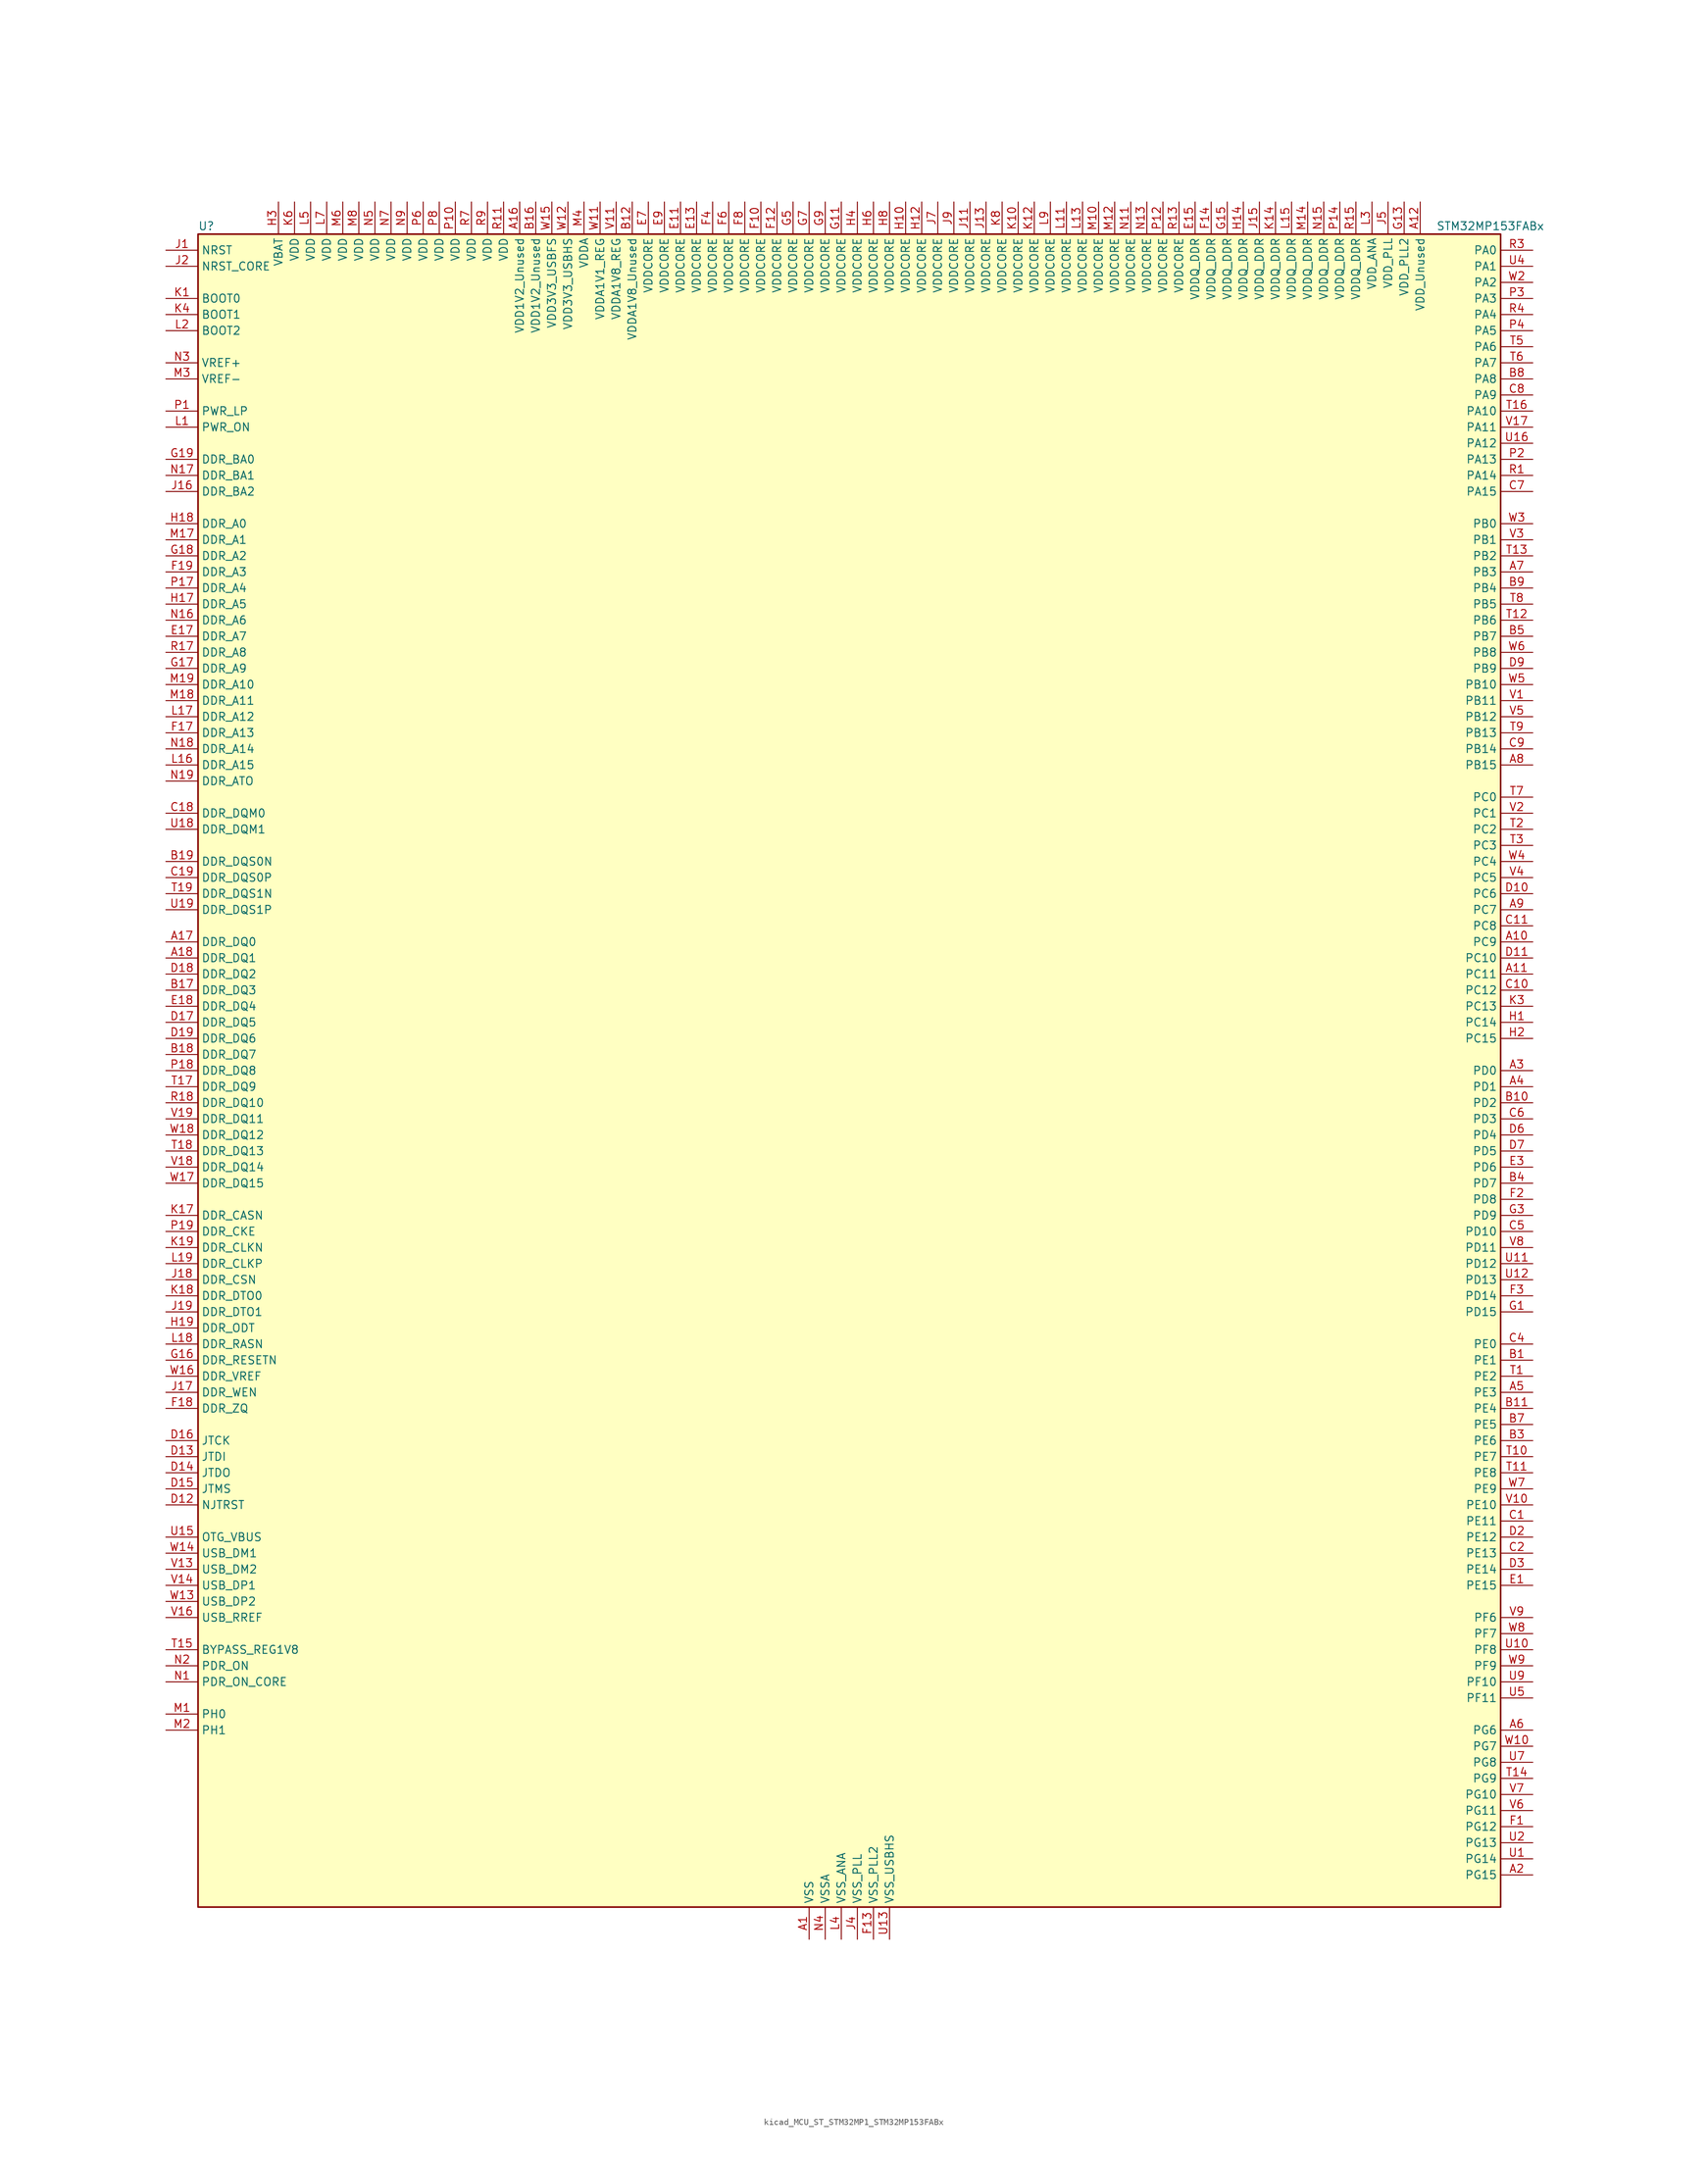
<source format=kicad_sym>
(kicad_symbol_lib
  (version 20220914)
  (generator kicad_symbol_editor)
  (symbol "kicad_MCU_ST_STM32MP1_STM32MP153FABx"
    (property "Reference" "U"
      (at -101.6 133.35 0)
      (effects (font (size 1.27 1.27)) (justify left)))
    (property "Value" "STM32MP153FABx"
      (at 93.98 133.35 0)
      (effects (font (size 1.27 1.27)) (justify left)))
    (property "ki_locked" ""
      (at 0 0 0)
      (effects (font (size 1.27 1.27))))
    (symbol "kicad_MCU_ST_STM32MP1_STM32MP153FABx_0_1"
      (rectangle (start -101.6 -132.08) (end 104.14 132.08) (stroke (width 0.254) (type default)) (fill (type background))))
    (symbol "kicad_MCU_ST_STM32MP1_STM32MP153FABx_1_1"
      (pin power_in line (at -5.08 -137.16 90) (length 5.08) (name "VSS" (effects (font (size 1.27 1.27)))) (number "A1" (effects (font (size 1.27 1.27)))))
      (pin bidirectional line (at 109.22 20.32 180) (length 5.08) (name "PC9" (effects (font (size 1.27 1.27)))) (number "A10" (effects (font (size 1.27 1.27)))) (alternate "DAC1_EXTI9" bidirectional line) (alternate "DCMI_D3" bidirectional line) (alternate "DEBUG_TRACED1" bidirectional line) (alternate "I2C3_SDA" bidirectional line) (alternate "I2S_CKIN" bidirectional line) (alternate "LTDC_B2" bidirectional line) (alternate "QUADSPI_BK1_IO0" bidirectional line) (alternate "SDMMC1_D1" bidirectional line) (alternate "TIM3_CH4" bidirectional line) (alternate "TIM8_CH4" bidirectional line) (alternate "UART5_CTS" bidirectional line))
      (pin bidirectional line (at 109.22 15.24 180) (length 5.08) (name "PC11" (effects (font (size 1.27 1.27)))) (number "A11" (effects (font (size 1.27 1.27)))) (alternate "ADC1_EXTI11" bidirectional line) (alternate "ADC2_EXTI11" bidirectional line) (alternate "DCMI_D4" bidirectional line) (alternate "DEBUG_TRACED3" bidirectional line) (alternate "DFSDM1_DATIN5" bidirectional line) (alternate "I2S3_SDI" bidirectional line) (alternate "QUADSPI_BK2_NCS" bidirectional line) (alternate "SAI4_SCK_B" bidirectional line) (alternate "SDMMC1_D3" bidirectional line) (alternate "SPI3_MISO" bidirectional line) (alternate "UART4_RX" bidirectional line) (alternate "USART3_RX" bidirectional line))
      (pin power_in line (at 91.44 137.16 270) (length 5.08) (name "VDD_Unused" (effects (font (size 1.27 1.27)))) (number "A12" (effects (font (size 1.27 1.27)))))
      (pin no_connect line (at -101.6 -132.08 0) (length 5.08) hide (name "DNU" (effects (font (size 1.27 1.27)))) (number "A13" (effects (font (size 1.27 1.27)))))
      (pin no_connect line (at -101.6 -129.54 0) (length 5.08) hide (name "DNU" (effects (font (size 1.27 1.27)))) (number "A14" (effects (font (size 1.27 1.27)))))
      (pin no_connect line (at -101.6 -127 0) (length 5.08) hide (name "DNU" (effects (font (size 1.27 1.27)))) (number "A15" (effects (font (size 1.27 1.27)))))
      (pin power_in line (at -50.8 137.16 270) (length 5.08) (name "VDD1V2_Unused" (effects (font (size 1.27 1.27)))) (number "A16" (effects (font (size 1.27 1.27)))))
      (pin bidirectional line (at -106.68 20.32 0) (length 5.08) (name "DDR_DQ0" (effects (font (size 1.27 1.27)))) (number "A17" (effects (font (size 1.27 1.27)))) (alternate "DDR_DQ0" bidirectional line))
      (pin bidirectional line (at -106.68 17.78 0) (length 5.08) (name "DDR_DQ1" (effects (font (size 1.27 1.27)))) (number "A18" (effects (font (size 1.27 1.27)))) (alternate "DDR_DQ1" bidirectional line))
      (pin passive line (at -5.08 -137.16 90) (length 5.08) hide (name "VSS" (effects (font (size 1.27 1.27)))) (number "A19" (effects (font (size 1.27 1.27)))))
      (pin bidirectional line (at 109.22 -127 180) (length 5.08) (name "PG15" (effects (font (size 1.27 1.27)))) (number "A2" (effects (font (size 1.27 1.27)))) (alternate "ADC1_EXTI15" bidirectional line) (alternate "ADC2_EXTI15" bidirectional line) (alternate "DCMI_D13" bidirectional line) (alternate "DEBUG_TRACED7" bidirectional line) (alternate "I2C2_SDA" bidirectional line) (alternate "SAI1_D2" bidirectional line) (alternate "SAI1_FS_A" bidirectional line) (alternate "SDMMC3_CK" bidirectional line) (alternate "USART6_CTS" bidirectional line) (alternate "USART6_NSS" bidirectional line))
      (pin bidirectional line (at 109.22 0 180) (length 5.08) (name "PD0" (effects (font (size 1.27 1.27)))) (number "A3" (effects (font (size 1.27 1.27)))) (alternate "DFSDM1_CKIN6" bidirectional line) (alternate "DFSDM1_DATIN7" bidirectional line) (alternate "FDCAN1_RX" bidirectional line) (alternate "FMC_D2" bidirectional line) (alternate "FMC_DA2" bidirectional line) (alternate "I2C5_SDA" bidirectional line) (alternate "I2C6_SDA" bidirectional line) (alternate "SAI3_SCK_A" bidirectional line) (alternate "SDMMC3_CMD" bidirectional line) (alternate "UART4_RX" bidirectional line))
      (pin bidirectional line (at 109.22 -2.54 180) (length 5.08) (name "PD1" (effects (font (size 1.27 1.27)))) (number "A4" (effects (font (size 1.27 1.27)))) (alternate "DFSDM1_CKIN7" bidirectional line) (alternate "DFSDM1_DATIN6" bidirectional line) (alternate "FDCAN1_TX" bidirectional line) (alternate "FMC_D3" bidirectional line) (alternate "FMC_DA3" bidirectional line) (alternate "I2C5_SCL" bidirectional line) (alternate "I2C6_SCL" bidirectional line) (alternate "SAI3_SD_A" bidirectional line) (alternate "SDMMC3_D0" bidirectional line) (alternate "UART4_TX" bidirectional line))
      (pin bidirectional line (at 109.22 -50.8 180) (length 5.08) (name "PE3" (effects (font (size 1.27 1.27)))) (number "A5" (effects (font (size 1.27 1.27)))) (alternate "DEBUG_TRACED0" bidirectional line) (alternate "FMC_A19" bidirectional line) (alternate "SAI1_SD_B" bidirectional line) (alternate "SDMMC2_CK" bidirectional line) (alternate "TIM15_BKIN" bidirectional line))
      (pin bidirectional line (at 109.22 -104.14 180) (length 5.08) (name "PG6" (effects (font (size 1.27 1.27)))) (number "A6" (effects (font (size 1.27 1.27)))) (alternate "DCMI_D12" bidirectional line) (alternate "DEBUG_TRACED14" bidirectional line) (alternate "LTDC_R7" bidirectional line) (alternate "SDMMC2_CMD" bidirectional line) (alternate "TIM17_BKIN" bidirectional line))
      (pin bidirectional line (at 109.22 78.74 180) (length 5.08) (name "PB3" (effects (font (size 1.27 1.27)))) (number "A7" (effects (font (size 1.27 1.27)))) (alternate "DEBUG_TRACED9" bidirectional line) (alternate "I2S1_CK" bidirectional line) (alternate "I2S3_CK" bidirectional line) (alternate "SAI4_CK1" bidirectional line) (alternate "SAI4_MCLK_A" bidirectional line) (alternate "SDMMC2_D2" bidirectional line) (alternate "SPI1_SCK" bidirectional line) (alternate "SPI3_SCK" bidirectional line) (alternate "SPI6_SCK" bidirectional line) (alternate "TIM2_CH2" bidirectional line) (alternate "UART7_RX" bidirectional line))
      (pin bidirectional line (at 109.22 48.26 180) (length 5.08) (name "PB15" (effects (font (size 1.27 1.27)))) (number "A8" (effects (font (size 1.27 1.27)))) (alternate "ADC1_EXTI15" bidirectional line) (alternate "ADC2_EXTI15" bidirectional line) (alternate "DFSDM1_CKIN2" bidirectional line) (alternate "I2S2_SDO" bidirectional line) (alternate "RTC_REFIN" bidirectional line) (alternate "SDMMC2_D1" bidirectional line) (alternate "SPI2_MOSI" bidirectional line) (alternate "TIM12_CH2" bidirectional line) (alternate "TIM1_CH3N" bidirectional line) (alternate "TIM8_CH3N" bidirectional line) (alternate "USART1_RX" bidirectional line))
      (pin bidirectional line (at 109.22 25.4 180) (length 5.08) (name "PC7" (effects (font (size 1.27 1.27)))) (number "A9" (effects (font (size 1.27 1.27)))) (alternate "DCMI_D1" bidirectional line) (alternate "DFSDM1_DATIN3" bidirectional line) (alternate "HDP_HDP4" bidirectional line) (alternate "I2S3_MCK" bidirectional line) (alternate "LTDC_G6" bidirectional line) (alternate "SDMMC1_D123DIR" bidirectional line) (alternate "SDMMC1_D7" bidirectional line) (alternate "SDMMC2_D123DIR" bidirectional line) (alternate "SDMMC2_D7" bidirectional line) (alternate "TIM3_CH2" bidirectional line) (alternate "TIM8_CH2" bidirectional line) (alternate "USART6_RX" bidirectional line))
      (pin bidirectional line (at 109.22 -45.72 180) (length 5.08) (name "PE1" (effects (font (size 1.27 1.27)))) (number "B1" (effects (font (size 1.27 1.27)))) (alternate "DCMI_D3" bidirectional line) (alternate "FMC_NBL1" bidirectional line) (alternate "I2S2_MCK" bidirectional line) (alternate "LPTIM1_IN2" bidirectional line) (alternate "SAI3_SD_B" bidirectional line) (alternate "UART8_TX" bidirectional line))
      (pin bidirectional line (at 109.22 -5.08 180) (length 5.08) (name "PD2" (effects (font (size 1.27 1.27)))) (number "B10" (effects (font (size 1.27 1.27)))) (alternate "DCMI_D11" bidirectional line) (alternate "I2C5_SMBA" bidirectional line) (alternate "SDMMC1_CMD" bidirectional line) (alternate "TIM3_ETR" bidirectional line) (alternate "UART4_RX" bidirectional line) (alternate "UART5_RX" bidirectional line))
      (pin bidirectional line (at 109.22 -53.34 180) (length 5.08) (name "PE4" (effects (font (size 1.27 1.27)))) (number "B11" (effects (font (size 1.27 1.27)))) (alternate "DCMI_D4" bidirectional line) (alternate "DEBUG_TRACED1" bidirectional line) (alternate "DFSDM1_DATIN3" bidirectional line) (alternate "FMC_A20" bidirectional line) (alternate "LTDC_B0" bidirectional line) (alternate "SAI1_D2" bidirectional line) (alternate "SAI1_FS_A" bidirectional line) (alternate "SDMMC1_CKIN" bidirectional line) (alternate "SDMMC1_D4" bidirectional line) (alternate "SDMMC2_CKIN" bidirectional line) (alternate "SDMMC2_D4" bidirectional line) (alternate "SPI4_NSS" bidirectional line) (alternate "TIM15_CH1N" bidirectional line))
      (pin power_in line (at -33.02 137.16 270) (length 5.08) (name "VDDA1V8_Unused" (effects (font (size 1.27 1.27)))) (number "B12" (effects (font (size 1.27 1.27)))))
      (pin no_connect line (at -101.6 -124.46 0) (length 5.08) hide (name "DNU" (effects (font (size 1.27 1.27)))) (number "B13" (effects (font (size 1.27 1.27)))))
      (pin no_connect line (at -101.6 -121.92 0) (length 5.08) hide (name "DNU" (effects (font (size 1.27 1.27)))) (number "B14" (effects (font (size 1.27 1.27)))))
      (pin no_connect line (at -101.6 -119.38 0) (length 5.08) hide (name "DNU" (effects (font (size 1.27 1.27)))) (number "B15" (effects (font (size 1.27 1.27)))))
      (pin power_in line (at -48.26 137.16 270) (length 5.08) (name "VDD1V2_Unused" (effects (font (size 1.27 1.27)))) (number "B16" (effects (font (size 1.27 1.27)))))
      (pin bidirectional line (at -106.68 12.7 0) (length 5.08) (name "DDR_DQ3" (effects (font (size 1.27 1.27)))) (number "B17" (effects (font (size 1.27 1.27)))) (alternate "DDR_DQ3" bidirectional line))
      (pin bidirectional line (at -106.68 2.54 0) (length 5.08) (name "DDR_DQ7" (effects (font (size 1.27 1.27)))) (number "B18" (effects (font (size 1.27 1.27)))) (alternate "DDR_DQ7" bidirectional line))
      (pin bidirectional line (at -106.68 33.02 0) (length 5.08) (name "DDR_DQS0N" (effects (font (size 1.27 1.27)))) (number "B19" (effects (font (size 1.27 1.27)))) (alternate "DDR_DQS0N" bidirectional line))
      (pin passive line (at -5.08 -137.16 90) (length 5.08) hide (name "VSS" (effects (font (size 1.27 1.27)))) (number "B2" (effects (font (size 1.27 1.27)))))
      (pin bidirectional line (at 109.22 -58.42 180) (length 5.08) (name "PE6" (effects (font (size 1.27 1.27)))) (number "B3" (effects (font (size 1.27 1.27)))) (alternate "DCMI_D7" bidirectional line) (alternate "DEBUG_TRACED2" bidirectional line) (alternate "FMC_A22" bidirectional line) (alternate "LTDC_G1" bidirectional line) (alternate "SAI1_D1" bidirectional line) (alternate "SAI1_SD_A" bidirectional line) (alternate "SAI2_MCLK_B" bidirectional line) (alternate "SDMMC1_D2" bidirectional line) (alternate "SDMMC2_D0" bidirectional line) (alternate "SPI4_MOSI" bidirectional line) (alternate "TIM15_CH2" bidirectional line) (alternate "TIM1_BKIN2" bidirectional line))
      (pin bidirectional line (at 109.22 -17.78 180) (length 5.08) (name "PD7" (effects (font (size 1.27 1.27)))) (number "B4" (effects (font (size 1.27 1.27)))) (alternate "DEBUG_TRACED6" bidirectional line) (alternate "DFSDM1_CKIN1" bidirectional line) (alternate "DFSDM1_DATIN4" bidirectional line) (alternate "FMC_NE1" bidirectional line) (alternate "I2C2_SCL" bidirectional line) (alternate "SDMMC3_D3" bidirectional line) (alternate "SPDIFRX_IN0" bidirectional line) (alternate "USART2_CK" bidirectional line))
      (pin bidirectional line (at 109.22 68.58 180) (length 5.08) (name "PB7" (effects (font (size 1.27 1.27)))) (number "B5" (effects (font (size 1.27 1.27)))) (alternate "DCMI_VSYNC" bidirectional line) (alternate "DFSDM1_CKIN5" bidirectional line) (alternate "FMC_NL" bidirectional line) (alternate "I2C1_SDA" bidirectional line) (alternate "I2C4_SDA" bidirectional line) (alternate "SDMMC2_D1" bidirectional line) (alternate "TIM17_CH1N" bidirectional line) (alternate "TIM4_CH2" bidirectional line) (alternate "USART1_RX" bidirectional line))
      (pin passive line (at -5.08 -137.16 90) (length 5.08) hide (name "VSS" (effects (font (size 1.27 1.27)))) (number "B6" (effects (font (size 1.27 1.27)))))
      (pin bidirectional line (at 109.22 -55.88 180) (length 5.08) (name "PE5" (effects (font (size 1.27 1.27)))) (number "B7" (effects (font (size 1.27 1.27)))) (alternate "DCMI_D6" bidirectional line) (alternate "DEBUG_TRACED3" bidirectional line) (alternate "DFSDM1_CKIN3" bidirectional line) (alternate "FMC_A21" bidirectional line) (alternate "LTDC_G0" bidirectional line) (alternate "SAI1_CK2" bidirectional line) (alternate "SAI1_SCK_A" bidirectional line) (alternate "SDMMC1_D0DIR" bidirectional line) (alternate "SDMMC1_D6" bidirectional line) (alternate "SDMMC2_D0DIR" bidirectional line) (alternate "SDMMC2_D6" bidirectional line) (alternate "SPI4_MISO" bidirectional line) (alternate "TIM15_CH1" bidirectional line))
      (pin bidirectional line (at 109.22 109.22 180) (length 5.08) (name "PA8" (effects (font (size 1.27 1.27)))) (number "B8" (effects (font (size 1.27 1.27)))) (alternate "I2C3_SCL" bidirectional line) (alternate "I2S3_SDO" bidirectional line) (alternate "LTDC_R6" bidirectional line) (alternate "RCC_MCO_1" bidirectional line) (alternate "SAI4_SD_B" bidirectional line) (alternate "SDMMC2_CKIN" bidirectional line) (alternate "SDMMC2_D4" bidirectional line) (alternate "SPI3_MOSI" bidirectional line) (alternate "TIM1_CH1" bidirectional line) (alternate "TIM8_BKIN2" bidirectional line) (alternate "UART7_RX" bidirectional line) (alternate "USART1_CK" bidirectional line) (alternate "USB_OTG_HS_SOF" bidirectional line))
      (pin bidirectional line (at 109.22 76.2 180) (length 5.08) (name "PB4" (effects (font (size 1.27 1.27)))) (number "B9" (effects (font (size 1.27 1.27)))) (alternate "DEBUG_TRACED8" bidirectional line) (alternate "I2S1_SDI" bidirectional line) (alternate "I2S2_WS" bidirectional line) (alternate "I2S3_SDI" bidirectional line) (alternate "SAI4_CK2" bidirectional line) (alternate "SAI4_SCK_A" bidirectional line) (alternate "SDMMC2_D3" bidirectional line) (alternate "SPI1_MISO" bidirectional line) (alternate "SPI2_NSS" bidirectional line) (alternate "SPI3_MISO" bidirectional line) (alternate "SPI6_MISO" bidirectional line) (alternate "TIM16_BKIN" bidirectional line) (alternate "TIM3_CH1" bidirectional line) (alternate "UART7_TX" bidirectional line))
      (pin bidirectional line (at 109.22 -71.12 180) (length 5.08) (name "PE11" (effects (font (size 1.27 1.27)))) (number "C1" (effects (font (size 1.27 1.27)))) (alternate "ADC1_EXTI11" bidirectional line) (alternate "ADC2_EXTI11" bidirectional line) (alternate "DCMI_D4" bidirectional line) (alternate "DFSDM1_CKIN4" bidirectional line) (alternate "FMC_D8" bidirectional line) (alternate "FMC_DA8" bidirectional line) (alternate "LTDC_G3" bidirectional line) (alternate "SAI2_SD_B" bidirectional line) (alternate "SPI4_NSS" bidirectional line) (alternate "TIM1_CH2" bidirectional line) (alternate "USART6_CK" bidirectional line))
      (pin bidirectional line (at 109.22 12.7 180) (length 5.08) (name "PC12" (effects (font (size 1.27 1.27)))) (number "C10" (effects (font (size 1.27 1.27)))) (alternate "DCMI_D9" bidirectional line) (alternate "DEBUG_TRACECLK" bidirectional line) (alternate "I2S3_SDO" bidirectional line) (alternate "RCC_MCO_2" bidirectional line) (alternate "SAI4_D3" bidirectional line) (alternate "SAI4_SD_B" bidirectional line) (alternate "SDMMC1_CK" bidirectional line) (alternate "SPI3_MOSI" bidirectional line) (alternate "UART5_TX" bidirectional line) (alternate "USART3_CK" bidirectional line))
      (pin bidirectional line (at 109.22 22.86 180) (length 5.08) (name "PC8" (effects (font (size 1.27 1.27)))) (number "C11" (effects (font (size 1.27 1.27)))) (alternate "DCMI_D2" bidirectional line) (alternate "DEBUG_TRACED0" bidirectional line) (alternate "SDMMC1_D0" bidirectional line) (alternate "TIM3_CH3" bidirectional line) (alternate "TIM8_CH3" bidirectional line) (alternate "UART4_TX" bidirectional line) (alternate "UART5_DE" bidirectional line) (alternate "UART5_RTS" bidirectional line) (alternate "USART6_CK" bidirectional line))
      (pin passive line (at -5.08 -137.16 90) (length 5.08) hide (name "VSS" (effects (font (size 1.27 1.27)))) (number "C12" (effects (font (size 1.27 1.27)))))
      (pin passive line (at -5.08 -137.16 90) (length 5.08) hide (name "VSS" (effects (font (size 1.27 1.27)))) (number "C13" (effects (font (size 1.27 1.27)))))
      (pin passive line (at -5.08 -137.16 90) (length 5.08) hide (name "VSS" (effects (font (size 1.27 1.27)))) (number "C14" (effects (font (size 1.27 1.27)))))
      (pin passive line (at -5.08 -137.16 90) (length 5.08) hide (name "VSS" (effects (font (size 1.27 1.27)))) (number "C15" (effects (font (size 1.27 1.27)))))
      (pin passive line (at -5.08 -137.16 90) (length 5.08) hide (name "VSS" (effects (font (size 1.27 1.27)))) (number "C16" (effects (font (size 1.27 1.27)))))
      (pin passive line (at -5.08 -137.16 90) (length 5.08) hide (name "VSS" (effects (font (size 1.27 1.27)))) (number "C17" (effects (font (size 1.27 1.27)))))
      (pin bidirectional line (at -106.68 40.64 0) (length 5.08) (name "DDR_DQM0" (effects (font (size 1.27 1.27)))) (number "C18" (effects (font (size 1.27 1.27)))) (alternate "DDR_DQM0" bidirectional line))
      (pin bidirectional line (at -106.68 30.48 0) (length 5.08) (name "DDR_DQS0P" (effects (font (size 1.27 1.27)))) (number "C19" (effects (font (size 1.27 1.27)))) (alternate "DDR_DQS0P" bidirectional line))
      (pin bidirectional line (at 109.22 -76.2 180) (length 5.08) (name "PE13" (effects (font (size 1.27 1.27)))) (number "C2" (effects (font (size 1.27 1.27)))) (alternate "DCMI_D6" bidirectional line) (alternate "DFSDM1_CKIN5" bidirectional line) (alternate "FMC_D10" bidirectional line) (alternate "FMC_DA10" bidirectional line) (alternate "HDP_HDP2" bidirectional line) (alternate "LTDC_DE" bidirectional line) (alternate "SAI2_FS_B" bidirectional line) (alternate "SPI4_MISO" bidirectional line) (alternate "TIM1_CH3" bidirectional line))
      (pin passive line (at -5.08 -137.16 90) (length 5.08) hide (name "VSS" (effects (font (size 1.27 1.27)))) (number "C3" (effects (font (size 1.27 1.27)))))
      (pin bidirectional line (at 109.22 -43.18 180) (length 5.08) (name "PE0" (effects (font (size 1.27 1.27)))) (number "C4" (effects (font (size 1.27 1.27)))) (alternate "DCMI_D2" bidirectional line) (alternate "FMC_NBL0" bidirectional line) (alternate "I2S3_CK" bidirectional line) (alternate "LPTIM1_ETR" bidirectional line) (alternate "LPTIM2_ETR" bidirectional line) (alternate "SAI2_MCLK_A" bidirectional line) (alternate "SAI4_MCLK_B" bidirectional line) (alternate "SPI3_SCK" bidirectional line) (alternate "TIM4_ETR" bidirectional line) (alternate "UART8_RX" bidirectional line))
      (pin bidirectional line (at 109.22 -25.4 180) (length 5.08) (name "PD10" (effects (font (size 1.27 1.27)))) (number "C5" (effects (font (size 1.27 1.27)))) (alternate "DFSDM1_CKOUT" bidirectional line) (alternate "FMC_D15" bidirectional line) (alternate "FMC_DA15" bidirectional line) (alternate "I2C5_SMBA" bidirectional line) (alternate "I2S3_SDI" bidirectional line) (alternate "LTDC_B3" bidirectional line) (alternate "RTC_REFIN" bidirectional line) (alternate "SAI3_FS_B" bidirectional line) (alternate "SPI3_MISO" bidirectional line) (alternate "TIM16_BKIN" bidirectional line) (alternate "USART3_CK" bidirectional line))
      (pin bidirectional line (at 109.22 -7.62 180) (length 5.08) (name "PD3" (effects (font (size 1.27 1.27)))) (number "C6" (effects (font (size 1.27 1.27)))) (alternate "DCMI_D5" bidirectional line) (alternate "DFSDM1_CKOUT" bidirectional line) (alternate "DFSDM1_DATIN0" bidirectional line) (alternate "FMC_CLK" bidirectional line) (alternate "HDP_HDP5" bidirectional line) (alternate "I2S2_CK" bidirectional line) (alternate "LTDC_G7" bidirectional line) (alternate "SDMMC1_D123DIR" bidirectional line) (alternate "SDMMC1_D7" bidirectional line) (alternate "SDMMC2_D123DIR" bidirectional line) (alternate "SDMMC2_D7" bidirectional line) (alternate "SPI2_SCK" bidirectional line) (alternate "USART2_CTS" bidirectional line) (alternate "USART2_NSS" bidirectional line))
      (pin bidirectional line (at 109.22 91.44 180) (length 5.08) (name "PA15" (effects (font (size 1.27 1.27)))) (number "C7" (effects (font (size 1.27 1.27)))) (alternate "ADC1_EXTI15" bidirectional line) (alternate "ADC2_EXTI15" bidirectional line) (alternate "CEC" bidirectional line) (alternate "DEBUG_DBTRGI" bidirectional line) (alternate "I2S1_WS" bidirectional line) (alternate "I2S3_WS" bidirectional line) (alternate "LTDC_R1" bidirectional line) (alternate "SAI4_D2" bidirectional line) (alternate "SAI4_FS_A" bidirectional line) (alternate "SDMMC1_CDIR" bidirectional line) (alternate "SDMMC1_D5" bidirectional line) (alternate "SDMMC2_CDIR" bidirectional line) (alternate "SDMMC2_D5" bidirectional line) (alternate "SPI1_NSS" bidirectional line) (alternate "SPI3_NSS" bidirectional line) (alternate "SPI6_NSS" bidirectional line) (alternate "TIM2_CH1" bidirectional line) (alternate "TIM2_ETR" bidirectional line) (alternate "UART4_DE" bidirectional line) (alternate "UART4_RTS" bidirectional line) (alternate "UART7_TX" bidirectional line))
      (pin bidirectional line (at 109.22 106.68 180) (length 5.08) (name "PA9" (effects (font (size 1.27 1.27)))) (number "C8" (effects (font (size 1.27 1.27)))) (alternate "DAC1_EXTI9" bidirectional line) (alternate "DCMI_D0" bidirectional line) (alternate "I2C3_SMBA" bidirectional line) (alternate "I2S2_CK" bidirectional line) (alternate "LTDC_R5" bidirectional line) (alternate "SDMMC2_CDIR" bidirectional line) (alternate "SDMMC2_D5" bidirectional line) (alternate "SPI2_SCK" bidirectional line) (alternate "TIM1_CH2" bidirectional line) (alternate "USART1_TX" bidirectional line))
      (pin bidirectional line (at 109.22 50.8 180) (length 5.08) (name "PB14" (effects (font (size 1.27 1.27)))) (number "C9" (effects (font (size 1.27 1.27)))) (alternate "DFSDM1_DATIN2" bidirectional line) (alternate "I2S2_SDI" bidirectional line) (alternate "SDMMC2_D0" bidirectional line) (alternate "SPI2_MISO" bidirectional line) (alternate "TIM12_CH1" bidirectional line) (alternate "TIM1_CH2N" bidirectional line) (alternate "TIM8_CH2N" bidirectional line) (alternate "USART1_TX" bidirectional line) (alternate "USART3_DE" bidirectional line) (alternate "USART3_RTS" bidirectional line))
      (pin passive line (at -5.08 -137.16 90) (length 5.08) hide (name "VSS" (effects (font (size 1.27 1.27)))) (number "D1" (effects (font (size 1.27 1.27)))))
      (pin bidirectional line (at 109.22 27.94 180) (length 5.08) (name "PC6" (effects (font (size 1.27 1.27)))) (number "D10" (effects (font (size 1.27 1.27)))) (alternate "DCMI_D0" bidirectional line) (alternate "DFSDM1_CKIN3" bidirectional line) (alternate "HDP_HDP1" bidirectional line) (alternate "I2S2_MCK" bidirectional line) (alternate "LTDC_HSYNC" bidirectional line) (alternate "SDMMC1_D0DIR" bidirectional line) (alternate "SDMMC1_D6" bidirectional line) (alternate "SDMMC2_D0DIR" bidirectional line) (alternate "SDMMC2_D6" bidirectional line) (alternate "TIM3_CH1" bidirectional line) (alternate "TIM8_CH1" bidirectional line) (alternate "USART6_TX" bidirectional line))
      (pin bidirectional line (at 109.22 17.78 180) (length 5.08) (name "PC10" (effects (font (size 1.27 1.27)))) (number "D11" (effects (font (size 1.27 1.27)))) (alternate "DCMI_D8" bidirectional line) (alternate "DEBUG_TRACED2" bidirectional line) (alternate "DFSDM1_CKIN5" bidirectional line) (alternate "I2S3_CK" bidirectional line) (alternate "LTDC_R2" bidirectional line) (alternate "QUADSPI_BK1_IO1" bidirectional line) (alternate "SAI4_MCLK_B" bidirectional line) (alternate "SDMMC1_D2" bidirectional line) (alternate "SPI3_SCK" bidirectional line) (alternate "UART4_TX" bidirectional line) (alternate "USART3_TX" bidirectional line))
      (pin bidirectional line (at -106.68 -68.58 0) (length 5.08) (name "NJTRST" (effects (font (size 1.27 1.27)))) (number "D12" (effects (font (size 1.27 1.27)))) (alternate "DEBUG_JTRST" bidirectional line))
      (pin bidirectional line (at -106.68 -60.96 0) (length 5.08) (name "JTDI" (effects (font (size 1.27 1.27)))) (number "D13" (effects (font (size 1.27 1.27)))) (alternate "DEBUG_JTDI" bidirectional line))
      (pin bidirectional line (at -106.68 -63.5 0) (length 5.08) (name "JTDO" (effects (font (size 1.27 1.27)))) (number "D14" (effects (font (size 1.27 1.27)))) (alternate "DEBUG_JTDO-SWO" bidirectional line))
      (pin bidirectional line (at -106.68 -66.04 0) (length 5.08) (name "JTMS" (effects (font (size 1.27 1.27)))) (number "D15" (effects (font (size 1.27 1.27)))) (alternate "DEBUG_JTMS-SWDIO" bidirectional line))
      (pin bidirectional line (at -106.68 -58.42 0) (length 5.08) (name "JTCK" (effects (font (size 1.27 1.27)))) (number "D16" (effects (font (size 1.27 1.27)))) (alternate "DEBUG_JTCK-SWCLK" bidirectional line))
      (pin bidirectional line (at -106.68 7.62 0) (length 5.08) (name "DDR_DQ5" (effects (font (size 1.27 1.27)))) (number "D17" (effects (font (size 1.27 1.27)))) (alternate "DDR_DQ5" bidirectional line))
      (pin bidirectional line (at -106.68 15.24 0) (length 5.08) (name "DDR_DQ2" (effects (font (size 1.27 1.27)))) (number "D18" (effects (font (size 1.27 1.27)))) (alternate "DDR_DQ2" bidirectional line))
      (pin bidirectional line (at -106.68 5.08 0) (length 5.08) (name "DDR_DQ6" (effects (font (size 1.27 1.27)))) (number "D19" (effects (font (size 1.27 1.27)))) (alternate "DDR_DQ6" bidirectional line))
      (pin bidirectional line (at 109.22 -73.66 180) (length 5.08) (name "PE12" (effects (font (size 1.27 1.27)))) (number "D2" (effects (font (size 1.27 1.27)))) (alternate "DFSDM1_DATIN5" bidirectional line) (alternate "FMC_D9" bidirectional line) (alternate "FMC_DA9" bidirectional line) (alternate "LTDC_B4" bidirectional line) (alternate "SAI2_SCK_B" bidirectional line) (alternate "SDMMC1_D0DIR" bidirectional line) (alternate "SPI4_SCK" bidirectional line) (alternate "TIM1_CH3N" bidirectional line))
      (pin bidirectional line (at 109.22 -78.74 180) (length 5.08) (name "PE14" (effects (font (size 1.27 1.27)))) (number "D3" (effects (font (size 1.27 1.27)))) (alternate "FMC_D11" bidirectional line) (alternate "FMC_DA11" bidirectional line) (alternate "LTDC_CLK" bidirectional line) (alternate "LTDC_G0" bidirectional line) (alternate "SAI2_MCLK_B" bidirectional line) (alternate "SDMMC1_D123DIR" bidirectional line) (alternate "SPI4_MOSI" bidirectional line) (alternate "TIM1_CH4" bidirectional line) (alternate "UART8_DE" bidirectional line) (alternate "UART8_RTS" bidirectional line))
      (pin passive line (at -5.08 -137.16 90) (length 5.08) hide (name "VSS" (effects (font (size 1.27 1.27)))) (number "D4" (effects (font (size 1.27 1.27)))))
      (pin passive line (at -5.08 -137.16 90) (length 5.08) hide (name "VSS" (effects (font (size 1.27 1.27)))) (number "D5" (effects (font (size 1.27 1.27)))))
      (pin bidirectional line (at 109.22 -10.16 180) (length 5.08) (name "PD4" (effects (font (size 1.27 1.27)))) (number "D6" (effects (font (size 1.27 1.27)))) (alternate "DFSDM1_CKIN0" bidirectional line) (alternate "FMC_NOE" bidirectional line) (alternate "SAI3_FS_A" bidirectional line) (alternate "SDMMC3_D1" bidirectional line) (alternate "USART2_DE" bidirectional line) (alternate "USART2_RTS" bidirectional line))
      (pin bidirectional line (at 109.22 -12.7 180) (length 5.08) (name "PD5" (effects (font (size 1.27 1.27)))) (number "D7" (effects (font (size 1.27 1.27)))) (alternate "FMC_NWE" bidirectional line) (alternate "SDMMC3_D2" bidirectional line) (alternate "USART2_TX" bidirectional line))
      (pin passive line (at -5.08 -137.16 90) (length 5.08) hide (name "VSS" (effects (font (size 1.27 1.27)))) (number "D8" (effects (font (size 1.27 1.27)))))
      (pin bidirectional line (at 109.22 63.5 180) (length 5.08) (name "PB9" (effects (font (size 1.27 1.27)))) (number "D9" (effects (font (size 1.27 1.27)))) (alternate "DAC1_EXTI9" bidirectional line) (alternate "DCMI_D7" bidirectional line) (alternate "DFSDM1_DATIN7" bidirectional line) (alternate "FDCAN1_TX" bidirectional line) (alternate "HDP_HDP7" bidirectional line) (alternate "I2C1_SDA" bidirectional line) (alternate "I2C4_SDA" bidirectional line) (alternate "I2S2_WS" bidirectional line) (alternate "LTDC_B7" bidirectional line) (alternate "SDMMC1_CDIR" bidirectional line) (alternate "SDMMC1_D5" bidirectional line) (alternate "SDMMC2_CDIR" bidirectional line) (alternate "SDMMC2_D5" bidirectional line) (alternate "SPI2_NSS" bidirectional line) (alternate "TIM17_CH1" bidirectional line) (alternate "TIM4_CH4" bidirectional line) (alternate "UART4_TX" bidirectional line))
      (pin bidirectional line (at 109.22 -81.28 180) (length 5.08) (name "PE15" (effects (font (size 1.27 1.27)))) (number "E1" (effects (font (size 1.27 1.27)))) (alternate "ADC1_EXTI15" bidirectional line) (alternate "ADC2_EXTI15" bidirectional line) (alternate "FMC_D12" bidirectional line) (alternate "FMC_DA12" bidirectional line) (alternate "FMC_NCE2" bidirectional line) (alternate "HDP_HDP3" bidirectional line) (alternate "LTDC_R7" bidirectional line) (alternate "TIM15_BKIN" bidirectional line) (alternate "TIM1_BKIN" bidirectional line) (alternate "UART8_CTS" bidirectional line) (alternate "USART2_CTS" bidirectional line) (alternate "USART2_NSS" bidirectional line))
      (pin passive line (at -5.08 -137.16 90) (length 5.08) hide (name "VSS" (effects (font (size 1.27 1.27)))) (number "E10" (effects (font (size 1.27 1.27)))))
      (pin power_in line (at -25.4 137.16 270) (length 5.08) (name "VDDCORE" (effects (font (size 1.27 1.27)))) (number "E11" (effects (font (size 1.27 1.27)))))
      (pin passive line (at -5.08 -137.16 90) (length 5.08) hide (name "VSS" (effects (font (size 1.27 1.27)))) (number "E12" (effects (font (size 1.27 1.27)))))
      (pin power_in line (at -22.86 137.16 270) (length 5.08) (name "VDDCORE" (effects (font (size 1.27 1.27)))) (number "E13" (effects (font (size 1.27 1.27)))))
      (pin passive line (at -5.08 -137.16 90) (length 5.08) hide (name "VSS" (effects (font (size 1.27 1.27)))) (number "E14" (effects (font (size 1.27 1.27)))))
      (pin power_in line (at 55.88 137.16 270) (length 5.08) (name "VDDQ_DDR" (effects (font (size 1.27 1.27)))) (number "E15" (effects (font (size 1.27 1.27)))))
      (pin passive line (at -5.08 -137.16 90) (length 5.08) hide (name "VSS" (effects (font (size 1.27 1.27)))) (number "E16" (effects (font (size 1.27 1.27)))))
      (pin bidirectional line (at -106.68 68.58 0) (length 5.08) (name "DDR_A7" (effects (font (size 1.27 1.27)))) (number "E17" (effects (font (size 1.27 1.27)))) (alternate "DDR_A7" bidirectional line))
      (pin bidirectional line (at -106.68 10.16 0) (length 5.08) (name "DDR_DQ4" (effects (font (size 1.27 1.27)))) (number "E18" (effects (font (size 1.27 1.27)))) (alternate "DDR_DQ4" bidirectional line))
      (pin passive line (at -5.08 -137.16 90) (length 5.08) hide (name "VSS" (effects (font (size 1.27 1.27)))) (number "E2" (effects (font (size 1.27 1.27)))))
      (pin bidirectional line (at 109.22 -15.24 180) (length 5.08) (name "PD6" (effects (font (size 1.27 1.27)))) (number "E3" (effects (font (size 1.27 1.27)))) (alternate "DCMI_D10" bidirectional line) (alternate "DFSDM1_CKIN4" bidirectional line) (alternate "DFSDM1_DATIN1" bidirectional line) (alternate "FMC_NWAIT" bidirectional line) (alternate "I2S3_SDO" bidirectional line) (alternate "LTDC_B2" bidirectional line) (alternate "SAI1_D1" bidirectional line) (alternate "SAI1_SD_A" bidirectional line) (alternate "SPI3_MOSI" bidirectional line) (alternate "TIM16_CH1N" bidirectional line) (alternate "USART2_RX" bidirectional line))
      (pin passive line (at -5.08 -137.16 90) (length 5.08) hide (name "VSS" (effects (font (size 1.27 1.27)))) (number "E4" (effects (font (size 1.27 1.27)))))
      (pin passive line (at -5.08 -137.16 90) (length 5.08) hide (name "VSS" (effects (font (size 1.27 1.27)))) (number "E5" (effects (font (size 1.27 1.27)))))
      (pin passive line (at -5.08 -137.16 90) (length 5.08) hide (name "VSS" (effects (font (size 1.27 1.27)))) (number "E6" (effects (font (size 1.27 1.27)))))
      (pin power_in line (at -30.48 137.16 270) (length 5.08) (name "VDDCORE" (effects (font (size 1.27 1.27)))) (number "E7" (effects (font (size 1.27 1.27)))))
      (pin passive line (at -5.08 -137.16 90) (length 5.08) hide (name "VSS" (effects (font (size 1.27 1.27)))) (number "E8" (effects (font (size 1.27 1.27)))))
      (pin power_in line (at -27.94 137.16 270) (length 5.08) (name "VDDCORE" (effects (font (size 1.27 1.27)))) (number "E9" (effects (font (size 1.27 1.27)))))
      (pin bidirectional line (at 109.22 -119.38 180) (length 5.08) (name "PG12" (effects (font (size 1.27 1.27)))) (number "F1" (effects (font (size 1.27 1.27)))) (alternate "ETH1_PHY_INTN" bidirectional line) (alternate "FMC_NE4" bidirectional line) (alternate "LPTIM1_IN1" bidirectional line) (alternate "LTDC_B1" bidirectional line) (alternate "LTDC_B4" bidirectional line) (alternate "SAI4_CK2" bidirectional line) (alternate "SAI4_SCK_A" bidirectional line) (alternate "SPDIFRX_IN1" bidirectional line) (alternate "SPI6_MISO" bidirectional line) (alternate "USART6_DE" bidirectional line) (alternate "USART6_RTS" bidirectional line))
      (pin power_in line (at -12.7 137.16 270) (length 5.08) (name "VDDCORE" (effects (font (size 1.27 1.27)))) (number "F10" (effects (font (size 1.27 1.27)))))
      (pin passive line (at -5.08 -137.16 90) (length 5.08) hide (name "VSS" (effects (font (size 1.27 1.27)))) (number "F11" (effects (font (size 1.27 1.27)))))
      (pin power_in line (at -10.16 137.16 270) (length 5.08) (name "VDDCORE" (effects (font (size 1.27 1.27)))) (number "F12" (effects (font (size 1.27 1.27)))))
      (pin power_in line (at 5.08 -137.16 90) (length 5.08) (name "VSS_PLL2" (effects (font (size 1.27 1.27)))) (number "F13" (effects (font (size 1.27 1.27)))))
      (pin power_in line (at 58.42 137.16 270) (length 5.08) (name "VDDQ_DDR" (effects (font (size 1.27 1.27)))) (number "F14" (effects (font (size 1.27 1.27)))))
      (pin passive line (at -5.08 -137.16 90) (length 5.08) hide (name "VSS" (effects (font (size 1.27 1.27)))) (number "F15" (effects (font (size 1.27 1.27)))))
      (pin bidirectional line (at -106.68 53.34 0) (length 5.08) (name "DDR_A13" (effects (font (size 1.27 1.27)))) (number "F17" (effects (font (size 1.27 1.27)))) (alternate "DDR_A13" bidirectional line))
      (pin bidirectional line (at -106.68 -53.34 0) (length 5.08) (name "DDR_ZQ" (effects (font (size 1.27 1.27)))) (number "F18" (effects (font (size 1.27 1.27)))) (alternate "DDR_ZQ" bidirectional line))
      (pin bidirectional line (at -106.68 78.74 0) (length 5.08) (name "DDR_A3" (effects (font (size 1.27 1.27)))) (number "F19" (effects (font (size 1.27 1.27)))) (alternate "DDR_A3" bidirectional line))
      (pin bidirectional line (at 109.22 -20.32 180) (length 5.08) (name "PD8" (effects (font (size 1.27 1.27)))) (number "F2" (effects (font (size 1.27 1.27)))) (alternate "DFSDM1_CKIN3" bidirectional line) (alternate "FMC_D13" bidirectional line) (alternate "FMC_DA13" bidirectional line) (alternate "LTDC_B7" bidirectional line) (alternate "SAI3_SCK_B" bidirectional line) (alternate "SPDIFRX_IN1" bidirectional line) (alternate "USART3_TX" bidirectional line))
      (pin bidirectional line (at 109.22 -35.56 180) (length 5.08) (name "PD14" (effects (font (size 1.27 1.27)))) (number "F3" (effects (font (size 1.27 1.27)))) (alternate "FMC_D0" bidirectional line) (alternate "FMC_DA0" bidirectional line) (alternate "SAI3_MCLK_B" bidirectional line) (alternate "TIM4_CH3" bidirectional line) (alternate "UART8_CTS" bidirectional line))
      (pin power_in line (at -20.32 137.16 270) (length 5.08) (name "VDDCORE" (effects (font (size 1.27 1.27)))) (number "F4" (effects (font (size 1.27 1.27)))))
      (pin passive line (at -5.08 -137.16 90) (length 5.08) hide (name "VSS" (effects (font (size 1.27 1.27)))) (number "F5" (effects (font (size 1.27 1.27)))))
      (pin power_in line (at -17.78 137.16 270) (length 5.08) (name "VDDCORE" (effects (font (size 1.27 1.27)))) (number "F6" (effects (font (size 1.27 1.27)))))
      (pin passive line (at -5.08 -137.16 90) (length 5.08) hide (name "VSS" (effects (font (size 1.27 1.27)))) (number "F7" (effects (font (size 1.27 1.27)))))
      (pin power_in line (at -15.24 137.16 270) (length 5.08) (name "VDDCORE" (effects (font (size 1.27 1.27)))) (number "F8" (effects (font (size 1.27 1.27)))))
      (pin passive line (at -5.08 -137.16 90) (length 5.08) hide (name "VSS" (effects (font (size 1.27 1.27)))) (number "F9" (effects (font (size 1.27 1.27)))))
      (pin bidirectional line (at 109.22 -38.1 180) (length 5.08) (name "PD15" (effects (font (size 1.27 1.27)))) (number "G1" (effects (font (size 1.27 1.27)))) (alternate "ADC1_EXTI15" bidirectional line) (alternate "ADC2_EXTI15" bidirectional line) (alternate "FMC_D1" bidirectional line) (alternate "FMC_DA1" bidirectional line) (alternate "LTDC_R1" bidirectional line) (alternate "SAI3_MCLK_A" bidirectional line) (alternate "TIM4_CH4" bidirectional line) (alternate "UART8_CTS" bidirectional line))
      (pin passive line (at -5.08 -137.16 90) (length 5.08) hide (name "VSS" (effects (font (size 1.27 1.27)))) (number "G10" (effects (font (size 1.27 1.27)))))
      (pin power_in line (at 0 137.16 270) (length 5.08) (name "VDDCORE" (effects (font (size 1.27 1.27)))) (number "G11" (effects (font (size 1.27 1.27)))))
      (pin passive line (at -5.08 -137.16 90) (length 5.08) hide (name "VSS" (effects (font (size 1.27 1.27)))) (number "G12" (effects (font (size 1.27 1.27)))))
      (pin power_in line (at 88.9 137.16 270) (length 5.08) (name "VDD_PLL2" (effects (font (size 1.27 1.27)))) (number "G13" (effects (font (size 1.27 1.27)))))
      (pin passive line (at -5.08 -137.16 90) (length 5.08) hide (name "VSS" (effects (font (size 1.27 1.27)))) (number "G14" (effects (font (size 1.27 1.27)))))
      (pin power_in line (at 60.96 137.16 270) (length 5.08) (name "VDDQ_DDR" (effects (font (size 1.27 1.27)))) (number "G15" (effects (font (size 1.27 1.27)))))
      (pin bidirectional line (at -106.68 -45.72 0) (length 5.08) (name "DDR_RESETN" (effects (font (size 1.27 1.27)))) (number "G16" (effects (font (size 1.27 1.27)))) (alternate "DDR_RESETN" bidirectional line))
      (pin bidirectional line (at -106.68 63.5 0) (length 5.08) (name "DDR_A9" (effects (font (size 1.27 1.27)))) (number "G17" (effects (font (size 1.27 1.27)))) (alternate "DDR_A9" bidirectional line))
      (pin bidirectional line (at -106.68 81.28 0) (length 5.08) (name "DDR_A2" (effects (font (size 1.27 1.27)))) (number "G18" (effects (font (size 1.27 1.27)))) (alternate "DDR_A2" bidirectional line))
      (pin bidirectional line (at -106.68 96.52 0) (length 5.08) (name "DDR_BA0" (effects (font (size 1.27 1.27)))) (number "G19" (effects (font (size 1.27 1.27)))) (alternate "DDR_BA0" bidirectional line))
      (pin passive line (at -5.08 -137.16 90) (length 5.08) hide (name "VSS" (effects (font (size 1.27 1.27)))) (number "G2" (effects (font (size 1.27 1.27)))))
      (pin bidirectional line (at 109.22 -22.86 180) (length 5.08) (name "PD9" (effects (font (size 1.27 1.27)))) (number "G3" (effects (font (size 1.27 1.27)))) (alternate "DAC1_EXTI9" bidirectional line) (alternate "DCMI_HSYNC" bidirectional line) (alternate "DFSDM1_DATIN3" bidirectional line) (alternate "FMC_D14" bidirectional line) (alternate "FMC_DA14" bidirectional line) (alternate "LTDC_B0" bidirectional line) (alternate "SAI3_SD_B" bidirectional line) (alternate "USART3_RX" bidirectional line))
      (pin passive line (at -5.08 -137.16 90) (length 5.08) hide (name "VSS" (effects (font (size 1.27 1.27)))) (number "G4" (effects (font (size 1.27 1.27)))))
      (pin power_in line (at -7.62 137.16 270) (length 5.08) (name "VDDCORE" (effects (font (size 1.27 1.27)))) (number "G5" (effects (font (size 1.27 1.27)))))
      (pin passive line (at -5.08 -137.16 90) (length 5.08) hide (name "VSS" (effects (font (size 1.27 1.27)))) (number "G6" (effects (font (size 1.27 1.27)))))
      (pin power_in line (at -5.08 137.16 270) (length 5.08) (name "VDDCORE" (effects (font (size 1.27 1.27)))) (number "G7" (effects (font (size 1.27 1.27)))))
      (pin passive line (at -5.08 -137.16 90) (length 5.08) hide (name "VSS" (effects (font (size 1.27 1.27)))) (number "G8" (effects (font (size 1.27 1.27)))))
      (pin power_in line (at -2.54 137.16 270) (length 5.08) (name "VDDCORE" (effects (font (size 1.27 1.27)))) (number "G9" (effects (font (size 1.27 1.27)))))
      (pin bidirectional line (at 109.22 7.62 180) (length 5.08) (name "PC14" (effects (font (size 1.27 1.27)))) (number "H1" (effects (font (size 1.27 1.27)))) (alternate "RCC_OSC32_IN" bidirectional line))
      (pin power_in line (at 10.16 137.16 270) (length 5.08) (name "VDDCORE" (effects (font (size 1.27 1.27)))) (number "H10" (effects (font (size 1.27 1.27)))))
      (pin passive line (at -5.08 -137.16 90) (length 5.08) hide (name "VSS" (effects (font (size 1.27 1.27)))) (number "H11" (effects (font (size 1.27 1.27)))))
      (pin power_in line (at 12.7 137.16 270) (length 5.08) (name "VDDCORE" (effects (font (size 1.27 1.27)))) (number "H12" (effects (font (size 1.27 1.27)))))
      (pin passive line (at -5.08 -137.16 90) (length 5.08) hide (name "VSS" (effects (font (size 1.27 1.27)))) (number "H13" (effects (font (size 1.27 1.27)))))
      (pin power_in line (at 63.5 137.16 270) (length 5.08) (name "VDDQ_DDR" (effects (font (size 1.27 1.27)))) (number "H14" (effects (font (size 1.27 1.27)))))
      (pin passive line (at -5.08 -137.16 90) (length 5.08) hide (name "VSS" (effects (font (size 1.27 1.27)))) (number "H15" (effects (font (size 1.27 1.27)))))
      (pin bidirectional line (at -106.68 73.66 0) (length 5.08) (name "DDR_A5" (effects (font (size 1.27 1.27)))) (number "H17" (effects (font (size 1.27 1.27)))) (alternate "DDR_A5" bidirectional line))
      (pin bidirectional line (at -106.68 86.36 0) (length 5.08) (name "DDR_A0" (effects (font (size 1.27 1.27)))) (number "H18" (effects (font (size 1.27 1.27)))) (alternate "DDR_A0" bidirectional line))
      (pin bidirectional line (at -106.68 -40.64 0) (length 5.08) (name "DDR_ODT" (effects (font (size 1.27 1.27)))) (number "H19" (effects (font (size 1.27 1.27)))) (alternate "DDR_ODT" bidirectional line))
      (pin bidirectional line (at 109.22 5.08 180) (length 5.08) (name "PC15" (effects (font (size 1.27 1.27)))) (number "H2" (effects (font (size 1.27 1.27)))) (alternate "ADC1_EXTI15" bidirectional line) (alternate "ADC2_EXTI15" bidirectional line) (alternate "RCC_OSC32_OUT" bidirectional line))
      (pin power_in line (at -88.9 137.16 270) (length 5.08) (name "VBAT" (effects (font (size 1.27 1.27)))) (number "H3" (effects (font (size 1.27 1.27)))))
      (pin power_in line (at 2.54 137.16 270) (length 5.08) (name "VDDCORE" (effects (font (size 1.27 1.27)))) (number "H4" (effects (font (size 1.27 1.27)))))
      (pin passive line (at -5.08 -137.16 90) (length 5.08) hide (name "VSS" (effects (font (size 1.27 1.27)))) (number "H5" (effects (font (size 1.27 1.27)))))
      (pin power_in line (at 5.08 137.16 270) (length 5.08) (name "VDDCORE" (effects (font (size 1.27 1.27)))) (number "H6" (effects (font (size 1.27 1.27)))))
      (pin passive line (at -5.08 -137.16 90) (length 5.08) hide (name "VSS" (effects (font (size 1.27 1.27)))) (number "H7" (effects (font (size 1.27 1.27)))))
      (pin power_in line (at 7.62 137.16 270) (length 5.08) (name "VDDCORE" (effects (font (size 1.27 1.27)))) (number "H8" (effects (font (size 1.27 1.27)))))
      (pin passive line (at -5.08 -137.16 90) (length 5.08) hide (name "VSS" (effects (font (size 1.27 1.27)))) (number "H9" (effects (font (size 1.27 1.27)))))
      (pin input line (at -106.68 129.54 0) (length 5.08) (name "NRST" (effects (font (size 1.27 1.27)))) (number "J1" (effects (font (size 1.27 1.27)))))
      (pin passive line (at -5.08 -137.16 90) (length 5.08) hide (name "VSS" (effects (font (size 1.27 1.27)))) (number "J10" (effects (font (size 1.27 1.27)))))
      (pin power_in line (at 20.32 137.16 270) (length 5.08) (name "VDDCORE" (effects (font (size 1.27 1.27)))) (number "J11" (effects (font (size 1.27 1.27)))))
      (pin passive line (at -5.08 -137.16 90) (length 5.08) hide (name "VSS" (effects (font (size 1.27 1.27)))) (number "J12" (effects (font (size 1.27 1.27)))))
      (pin power_in line (at 22.86 137.16 270) (length 5.08) (name "VDDCORE" (effects (font (size 1.27 1.27)))) (number "J13" (effects (font (size 1.27 1.27)))))
      (pin passive line (at -5.08 -137.16 90) (length 5.08) hide (name "VSS" (effects (font (size 1.27 1.27)))) (number "J14" (effects (font (size 1.27 1.27)))))
      (pin power_in line (at 66.04 137.16 270) (length 5.08) (name "VDDQ_DDR" (effects (font (size 1.27 1.27)))) (number "J15" (effects (font (size 1.27 1.27)))))
      (pin bidirectional line (at -106.68 91.44 0) (length 5.08) (name "DDR_BA2" (effects (font (size 1.27 1.27)))) (number "J16" (effects (font (size 1.27 1.27)))) (alternate "DDR_BA2" bidirectional line))
      (pin bidirectional line (at -106.68 -50.8 0) (length 5.08) (name "DDR_WEN" (effects (font (size 1.27 1.27)))) (number "J17" (effects (font (size 1.27 1.27)))) (alternate "DDR_WEN" bidirectional line))
      (pin bidirectional line (at -106.68 -33.02 0) (length 5.08) (name "DDR_CSN" (effects (font (size 1.27 1.27)))) (number "J18" (effects (font (size 1.27 1.27)))) (alternate "DDR_CSN" bidirectional line))
      (pin bidirectional line (at -106.68 -38.1 0) (length 5.08) (name "DDR_DTO1" (effects (font (size 1.27 1.27)))) (number "J19" (effects (font (size 1.27 1.27)))) (alternate "DDR_DTO1" bidirectional line))
      (pin input line (at -106.68 127 0) (length 5.08) (name "NRST_CORE" (effects (font (size 1.27 1.27)))) (number "J2" (effects (font (size 1.27 1.27)))))
      (pin passive line (at -5.08 -137.16 90) (length 5.08) hide (name "VSS" (effects (font (size 1.27 1.27)))) (number "J3" (effects (font (size 1.27 1.27)))))
      (pin power_in line (at 2.54 -137.16 90) (length 5.08) (name "VSS_PLL" (effects (font (size 1.27 1.27)))) (number "J4" (effects (font (size 1.27 1.27)))))
      (pin power_in line (at 86.36 137.16 270) (length 5.08) (name "VDD_PLL" (effects (font (size 1.27 1.27)))) (number "J5" (effects (font (size 1.27 1.27)))))
      (pin passive line (at -5.08 -137.16 90) (length 5.08) hide (name "VSS" (effects (font (size 1.27 1.27)))) (number "J6" (effects (font (size 1.27 1.27)))))
      (pin power_in line (at 15.24 137.16 270) (length 5.08) (name "VDDCORE" (effects (font (size 1.27 1.27)))) (number "J7" (effects (font (size 1.27 1.27)))))
      (pin passive line (at -5.08 -137.16 90) (length 5.08) hide (name "VSS" (effects (font (size 1.27 1.27)))) (number "J8" (effects (font (size 1.27 1.27)))))
      (pin power_in line (at 17.78 137.16 270) (length 5.08) (name "VDDCORE" (effects (font (size 1.27 1.27)))) (number "J9" (effects (font (size 1.27 1.27)))))
      (pin input line (at -106.68 121.92 0) (length 5.08) (name "BOOT0" (effects (font (size 1.27 1.27)))) (number "K1" (effects (font (size 1.27 1.27)))))
      (pin power_in line (at 27.94 137.16 270) (length 5.08) (name "VDDCORE" (effects (font (size 1.27 1.27)))) (number "K10" (effects (font (size 1.27 1.27)))))
      (pin passive line (at -5.08 -137.16 90) (length 5.08) hide (name "VSS" (effects (font (size 1.27 1.27)))) (number "K11" (effects (font (size 1.27 1.27)))))
      (pin power_in line (at 30.48 137.16 270) (length 5.08) (name "VDDCORE" (effects (font (size 1.27 1.27)))) (number "K12" (effects (font (size 1.27 1.27)))))
      (pin passive line (at -5.08 -137.16 90) (length 5.08) hide (name "VSS" (effects (font (size 1.27 1.27)))) (number "K13" (effects (font (size 1.27 1.27)))))
      (pin power_in line (at 68.58 137.16 270) (length 5.08) (name "VDDQ_DDR" (effects (font (size 1.27 1.27)))) (number "K14" (effects (font (size 1.27 1.27)))))
      (pin passive line (at -5.08 -137.16 90) (length 5.08) hide (name "VSS" (effects (font (size 1.27 1.27)))) (number "K15" (effects (font (size 1.27 1.27)))))
      (pin bidirectional line (at -106.68 -22.86 0) (length 5.08) (name "DDR_CASN" (effects (font (size 1.27 1.27)))) (number "K17" (effects (font (size 1.27 1.27)))) (alternate "DDR_CASN" bidirectional line))
      (pin bidirectional line (at -106.68 -35.56 0) (length 5.08) (name "DDR_DTO0" (effects (font (size 1.27 1.27)))) (number "K18" (effects (font (size 1.27 1.27)))) (alternate "DDR_DTO0" bidirectional line))
      (pin bidirectional line (at -106.68 -27.94 0) (length 5.08) (name "DDR_CLKN" (effects (font (size 1.27 1.27)))) (number "K19" (effects (font (size 1.27 1.27)))) (alternate "DDR_CLKN" bidirectional line))
      (pin passive line (at -5.08 -137.16 90) (length 5.08) hide (name "VSS" (effects (font (size 1.27 1.27)))) (number "K2" (effects (font (size 1.27 1.27)))))
      (pin bidirectional line (at 109.22 10.16 180) (length 5.08) (name "PC13" (effects (font (size 1.27 1.27)))) (number "K3" (effects (font (size 1.27 1.27)))) (alternate "PWR_WKUP3" bidirectional line) (alternate "RTC_LSCO" bidirectional line) (alternate "RTC_TS" bidirectional line) (alternate "TAMP_IN1" bidirectional line) (alternate "TAMP_OUT2" bidirectional line) (alternate "TAMP_OUT3" bidirectional line))
      (pin input line (at -106.68 119.38 0) (length 5.08) (name "BOOT1" (effects (font (size 1.27 1.27)))) (number "K4" (effects (font (size 1.27 1.27)))))
      (pin passive line (at -5.08 -137.16 90) (length 5.08) hide (name "VSS" (effects (font (size 1.27 1.27)))) (number "K5" (effects (font (size 1.27 1.27)))))
      (pin power_in line (at -86.36 137.16 270) (length 5.08) (name "VDD" (effects (font (size 1.27 1.27)))) (number "K6" (effects (font (size 1.27 1.27)))))
      (pin passive line (at -5.08 -137.16 90) (length 5.08) hide (name "VSS" (effects (font (size 1.27 1.27)))) (number "K7" (effects (font (size 1.27 1.27)))))
      (pin power_in line (at 25.4 137.16 270) (length 5.08) (name "VDDCORE" (effects (font (size 1.27 1.27)))) (number "K8" (effects (font (size 1.27 1.27)))))
      (pin passive line (at -5.08 -137.16 90) (length 5.08) hide (name "VSS" (effects (font (size 1.27 1.27)))) (number "K9" (effects (font (size 1.27 1.27)))))
      (pin output line (at -106.68 101.6 0) (length 5.08) (name "PWR_ON" (effects (font (size 1.27 1.27)))) (number "L1" (effects (font (size 1.27 1.27)))))
      (pin passive line (at -5.08 -137.16 90) (length 5.08) hide (name "VSS" (effects (font (size 1.27 1.27)))) (number "L10" (effects (font (size 1.27 1.27)))))
      (pin power_in line (at 35.56 137.16 270) (length 5.08) (name "VDDCORE" (effects (font (size 1.27 1.27)))) (number "L11" (effects (font (size 1.27 1.27)))))
      (pin passive line (at -5.08 -137.16 90) (length 5.08) hide (name "VSS" (effects (font (size 1.27 1.27)))) (number "L12" (effects (font (size 1.27 1.27)))))
      (pin power_in line (at 38.1 137.16 270) (length 5.08) (name "VDDCORE" (effects (font (size 1.27 1.27)))) (number "L13" (effects (font (size 1.27 1.27)))))
      (pin passive line (at -5.08 -137.16 90) (length 5.08) hide (name "VSS" (effects (font (size 1.27 1.27)))) (number "L14" (effects (font (size 1.27 1.27)))))
      (pin power_in line (at 71.12 137.16 270) (length 5.08) (name "VDDQ_DDR" (effects (font (size 1.27 1.27)))) (number "L15" (effects (font (size 1.27 1.27)))))
      (pin bidirectional line (at -106.68 48.26 0) (length 5.08) (name "DDR_A15" (effects (font (size 1.27 1.27)))) (number "L16" (effects (font (size 1.27 1.27)))) (alternate "DDR_A15" bidirectional line))
      (pin bidirectional line (at -106.68 55.88 0) (length 5.08) (name "DDR_A12" (effects (font (size 1.27 1.27)))) (number "L17" (effects (font (size 1.27 1.27)))) (alternate "DDR_A12" bidirectional line))
      (pin bidirectional line (at -106.68 -43.18 0) (length 5.08) (name "DDR_RASN" (effects (font (size 1.27 1.27)))) (number "L18" (effects (font (size 1.27 1.27)))) (alternate "DDR_RASN" bidirectional line))
      (pin bidirectional line (at -106.68 -30.48 0) (length 5.08) (name "DDR_CLKP" (effects (font (size 1.27 1.27)))) (number "L19" (effects (font (size 1.27 1.27)))) (alternate "DDR_CLKP" bidirectional line))
      (pin input line (at -106.68 116.84 0) (length 5.08) (name "BOOT2" (effects (font (size 1.27 1.27)))) (number "L2" (effects (font (size 1.27 1.27)))))
      (pin power_in line (at 83.82 137.16 270) (length 5.08) (name "VDD_ANA" (effects (font (size 1.27 1.27)))) (number "L3" (effects (font (size 1.27 1.27)))))
      (pin power_in line (at 0 -137.16 90) (length 5.08) (name "VSS_ANA" (effects (font (size 1.27 1.27)))) (number "L4" (effects (font (size 1.27 1.27)))))
      (pin power_in line (at -83.82 137.16 270) (length 5.08) (name "VDD" (effects (font (size 1.27 1.27)))) (number "L5" (effects (font (size 1.27 1.27)))))
      (pin passive line (at -5.08 -137.16 90) (length 5.08) hide (name "VSS" (effects (font (size 1.27 1.27)))) (number "L6" (effects (font (size 1.27 1.27)))))
      (pin power_in line (at -81.28 137.16 270) (length 5.08) (name "VDD" (effects (font (size 1.27 1.27)))) (number "L7" (effects (font (size 1.27 1.27)))))
      (pin passive line (at -5.08 -137.16 90) (length 5.08) hide (name "VSS" (effects (font (size 1.27 1.27)))) (number "L8" (effects (font (size 1.27 1.27)))))
      (pin power_in line (at 33.02 137.16 270) (length 5.08) (name "VDDCORE" (effects (font (size 1.27 1.27)))) (number "L9" (effects (font (size 1.27 1.27)))))
      (pin bidirectional line (at -106.68 -101.6 0) (length 5.08) (name "PH0" (effects (font (size 1.27 1.27)))) (number "M1" (effects (font (size 1.27 1.27)))) (alternate "RCC_OSC_IN" bidirectional line))
      (pin power_in line (at 40.64 137.16 270) (length 5.08) (name "VDDCORE" (effects (font (size 1.27 1.27)))) (number "M10" (effects (font (size 1.27 1.27)))))
      (pin passive line (at -5.08 -137.16 90) (length 5.08) hide (name "VSS" (effects (font (size 1.27 1.27)))) (number "M11" (effects (font (size 1.27 1.27)))))
      (pin power_in line (at 43.18 137.16 270) (length 5.08) (name "VDDCORE" (effects (font (size 1.27 1.27)))) (number "M12" (effects (font (size 1.27 1.27)))))
      (pin passive line (at -5.08 -137.16 90) (length 5.08) hide (name "VSS" (effects (font (size 1.27 1.27)))) (number "M13" (effects (font (size 1.27 1.27)))))
      (pin power_in line (at 73.66 137.16 270) (length 5.08) (name "VDDQ_DDR" (effects (font (size 1.27 1.27)))) (number "M14" (effects (font (size 1.27 1.27)))))
      (pin passive line (at -5.08 -137.16 90) (length 5.08) hide (name "VSS" (effects (font (size 1.27 1.27)))) (number "M15" (effects (font (size 1.27 1.27)))))
      (pin bidirectional line (at -106.68 83.82 0) (length 5.08) (name "DDR_A1" (effects (font (size 1.27 1.27)))) (number "M17" (effects (font (size 1.27 1.27)))) (alternate "DDR_A1" bidirectional line))
      (pin bidirectional line (at -106.68 58.42 0) (length 5.08) (name "DDR_A11" (effects (font (size 1.27 1.27)))) (number "M18" (effects (font (size 1.27 1.27)))) (alternate "DDR_A11" bidirectional line))
      (pin bidirectional line (at -106.68 60.96 0) (length 5.08) (name "DDR_A10" (effects (font (size 1.27 1.27)))) (number "M19" (effects (font (size 1.27 1.27)))) (alternate "DDR_A10" bidirectional line))
      (pin bidirectional line (at -106.68 -104.14 0) (length 5.08) (name "PH1" (effects (font (size 1.27 1.27)))) (number "M2" (effects (font (size 1.27 1.27)))) (alternate "RCC_OSC_OUT" bidirectional line))
      (pin input line (at -106.68 109.22 0) (length 5.08) (name "VREF-" (effects (font (size 1.27 1.27)))) (number "M3" (effects (font (size 1.27 1.27)))))
      (pin power_in line (at -40.64 137.16 270) (length 5.08) (name "VDDA" (effects (font (size 1.27 1.27)))) (number "M4" (effects (font (size 1.27 1.27)))))
      (pin passive line (at -5.08 -137.16 90) (length 5.08) hide (name "VSS" (effects (font (size 1.27 1.27)))) (number "M5" (effects (font (size 1.27 1.27)))))
      (pin power_in line (at -78.74 137.16 270) (length 5.08) (name "VDD" (effects (font (size 1.27 1.27)))) (number "M6" (effects (font (size 1.27 1.27)))))
      (pin passive line (at -5.08 -137.16 90) (length 5.08) hide (name "VSS" (effects (font (size 1.27 1.27)))) (number "M7" (effects (font (size 1.27 1.27)))))
      (pin power_in line (at -76.2 137.16 270) (length 5.08) (name "VDD" (effects (font (size 1.27 1.27)))) (number "M8" (effects (font (size 1.27 1.27)))))
      (pin passive line (at -5.08 -137.16 90) (length 5.08) hide (name "VSS" (effects (font (size 1.27 1.27)))) (number "M9" (effects (font (size 1.27 1.27)))))
      (pin bidirectional line (at -106.68 -96.52 0) (length 5.08) (name "PDR_ON_CORE" (effects (font (size 1.27 1.27)))) (number "N1" (effects (font (size 1.27 1.27)))))
      (pin passive line (at -5.08 -137.16 90) (length 5.08) hide (name "VSS" (effects (font (size 1.27 1.27)))) (number "N10" (effects (font (size 1.27 1.27)))))
      (pin power_in line (at 45.72 137.16 270) (length 5.08) (name "VDDCORE" (effects (font (size 1.27 1.27)))) (number "N11" (effects (font (size 1.27 1.27)))))
      (pin passive line (at -5.08 -137.16 90) (length 5.08) hide (name "VSS" (effects (font (size 1.27 1.27)))) (number "N12" (effects (font (size 1.27 1.27)))))
      (pin power_in line (at 48.26 137.16 270) (length 5.08) (name "VDDCORE" (effects (font (size 1.27 1.27)))) (number "N13" (effects (font (size 1.27 1.27)))))
      (pin passive line (at -5.08 -137.16 90) (length 5.08) hide (name "VSS" (effects (font (size 1.27 1.27)))) (number "N14" (effects (font (size 1.27 1.27)))))
      (pin power_in line (at 76.2 137.16 270) (length 5.08) (name "VDDQ_DDR" (effects (font (size 1.27 1.27)))) (number "N15" (effects (font (size 1.27 1.27)))))
      (pin bidirectional line (at -106.68 71.12 0) (length 5.08) (name "DDR_A6" (effects (font (size 1.27 1.27)))) (number "N16" (effects (font (size 1.27 1.27)))) (alternate "DDR_A6" bidirectional line))
      (pin bidirectional line (at -106.68 93.98 0) (length 5.08) (name "DDR_BA1" (effects (font (size 1.27 1.27)))) (number "N17" (effects (font (size 1.27 1.27)))) (alternate "DDR_BA1" bidirectional line))
      (pin bidirectional line (at -106.68 50.8 0) (length 5.08) (name "DDR_A14" (effects (font (size 1.27 1.27)))) (number "N18" (effects (font (size 1.27 1.27)))) (alternate "DDR_A14" bidirectional line))
      (pin bidirectional line (at -106.68 45.72 0) (length 5.08) (name "DDR_ATO" (effects (font (size 1.27 1.27)))) (number "N19" (effects (font (size 1.27 1.27)))) (alternate "DDR_ATO" bidirectional line))
      (pin bidirectional line (at -106.68 -93.98 0) (length 5.08) (name "PDR_ON" (effects (font (size 1.27 1.27)))) (number "N2" (effects (font (size 1.27 1.27)))))
      (pin input line (at -106.68 111.76 0) (length 5.08) (name "VREF+" (effects (font (size 1.27 1.27)))) (number "N3" (effects (font (size 1.27 1.27)))))
      (pin power_in line (at -2.54 -137.16 90) (length 5.08) (name "VSSA" (effects (font (size 1.27 1.27)))) (number "N4" (effects (font (size 1.27 1.27)))))
      (pin power_in line (at -73.66 137.16 270) (length 5.08) (name "VDD" (effects (font (size 1.27 1.27)))) (number "N5" (effects (font (size 1.27 1.27)))))
      (pin passive line (at -5.08 -137.16 90) (length 5.08) hide (name "VSS" (effects (font (size 1.27 1.27)))) (number "N6" (effects (font (size 1.27 1.27)))))
      (pin power_in line (at -71.12 137.16 270) (length 5.08) (name "VDD" (effects (font (size 1.27 1.27)))) (number "N7" (effects (font (size 1.27 1.27)))))
      (pin passive line (at -5.08 -137.16 90) (length 5.08) hide (name "VSS" (effects (font (size 1.27 1.27)))) (number "N8" (effects (font (size 1.27 1.27)))))
      (pin power_in line (at -68.58 137.16 270) (length 5.08) (name "VDD" (effects (font (size 1.27 1.27)))) (number "N9" (effects (font (size 1.27 1.27)))))
      (pin output line (at -106.68 104.14 0) (length 5.08) (name "PWR_LP" (effects (font (size 1.27 1.27)))) (number "P1" (effects (font (size 1.27 1.27)))))
      (pin power_in line (at -60.96 137.16 270) (length 5.08) (name "VDD" (effects (font (size 1.27 1.27)))) (number "P10" (effects (font (size 1.27 1.27)))))
      (pin passive line (at -5.08 -137.16 90) (length 5.08) hide (name "VSS" (effects (font (size 1.27 1.27)))) (number "P11" (effects (font (size 1.27 1.27)))))
      (pin power_in line (at 50.8 137.16 270) (length 5.08) (name "VDDCORE" (effects (font (size 1.27 1.27)))) (number "P12" (effects (font (size 1.27 1.27)))))
      (pin passive line (at -5.08 -137.16 90) (length 5.08) hide (name "VSS" (effects (font (size 1.27 1.27)))) (number "P13" (effects (font (size 1.27 1.27)))))
      (pin power_in line (at 78.74 137.16 270) (length 5.08) (name "VDDQ_DDR" (effects (font (size 1.27 1.27)))) (number "P14" (effects (font (size 1.27 1.27)))))
      (pin passive line (at -5.08 -137.16 90) (length 5.08) hide (name "VSS" (effects (font (size 1.27 1.27)))) (number "P15" (effects (font (size 1.27 1.27)))))
      (pin bidirectional line (at -106.68 76.2 0) (length 5.08) (name "DDR_A4" (effects (font (size 1.27 1.27)))) (number "P17" (effects (font (size 1.27 1.27)))) (alternate "DDR_A4" bidirectional line))
      (pin bidirectional line (at -106.68 0 0) (length 5.08) (name "DDR_DQ8" (effects (font (size 1.27 1.27)))) (number "P18" (effects (font (size 1.27 1.27)))) (alternate "DDR_DQ8" bidirectional line))
      (pin bidirectional line (at -106.68 -25.4 0) (length 5.08) (name "DDR_CKE" (effects (font (size 1.27 1.27)))) (number "P19" (effects (font (size 1.27 1.27)))) (alternate "DDR_CKE" bidirectional line))
      (pin bidirectional line (at 109.22 96.52 180) (length 5.08) (name "PA13" (effects (font (size 1.27 1.27)))) (number "P2" (effects (font (size 1.27 1.27)))) (alternate "DEBUG_DBTRGI" bidirectional line) (alternate "DEBUG_DBTRGO" bidirectional line) (alternate "RCC_MCO_1" bidirectional line) (alternate "UART4_TX" bidirectional line))
      (pin bidirectional line (at 109.22 121.92 180) (length 5.08) (name "PA3" (effects (font (size 1.27 1.27)))) (number "P3" (effects (font (size 1.27 1.27)))) (alternate "ADC1_INP15" bidirectional line) (alternate "ETH1_COL" bidirectional line) (alternate "LPTIM5_OUT" bidirectional line) (alternate "LTDC_B2" bidirectional line) (alternate "LTDC_B5" bidirectional line) (alternate "PWR_PVD_IN" bidirectional line) (alternate "TIM15_CH2" bidirectional line) (alternate "TIM2_CH4" bidirectional line) (alternate "TIM5_CH4" bidirectional line) (alternate "USART2_RX" bidirectional line))
      (pin bidirectional line (at 109.22 116.84 180) (length 5.08) (name "PA5" (effects (font (size 1.27 1.27)))) (number "P4" (effects (font (size 1.27 1.27)))) (alternate "ADC1_INN18" bidirectional line) (alternate "ADC1_INP19" bidirectional line) (alternate "ADC2_INN18" bidirectional line) (alternate "ADC2_INP19" bidirectional line) (alternate "DAC1_OUT2" bidirectional line) (alternate "I2S1_CK" bidirectional line) (alternate "LTDC_R4" bidirectional line) (alternate "SAI4_CK1" bidirectional line) (alternate "SAI4_MCLK_A" bidirectional line) (alternate "SPI1_SCK" bidirectional line) (alternate "SPI6_SCK" bidirectional line) (alternate "TIM2_CH1" bidirectional line) (alternate "TIM2_ETR" bidirectional line) (alternate "TIM8_CH1N" bidirectional line))
      (pin passive line (at -2.54 -137.16 90) (length 5.08) hide (name "VSSA" (effects (font (size 1.27 1.27)))) (number "P5" (effects (font (size 1.27 1.27)))))
      (pin power_in line (at -66.04 137.16 270) (length 5.08) (name "VDD" (effects (font (size 1.27 1.27)))) (number "P6" (effects (font (size 1.27 1.27)))))
      (pin passive line (at -5.08 -137.16 90) (length 5.08) hide (name "VSS" (effects (font (size 1.27 1.27)))) (number "P7" (effects (font (size 1.27 1.27)))))
      (pin power_in line (at -63.5 137.16 270) (length 5.08) (name "VDD" (effects (font (size 1.27 1.27)))) (number "P8" (effects (font (size 1.27 1.27)))))
      (pin passive line (at -5.08 -137.16 90) (length 5.08) hide (name "VSS" (effects (font (size 1.27 1.27)))) (number "P9" (effects (font (size 1.27 1.27)))))
      (pin bidirectional line (at 109.22 93.98 180) (length 5.08) (name "PA14" (effects (font (size 1.27 1.27)))) (number "R1" (effects (font (size 1.27 1.27)))) (alternate "DEBUG_DBTRGI" bidirectional line) (alternate "DEBUG_DBTRGO" bidirectional line) (alternate "RCC_MCO_2" bidirectional line))
      (pin passive line (at -5.08 -137.16 90) (length 5.08) hide (name "VSS" (effects (font (size 1.27 1.27)))) (number "R10" (effects (font (size 1.27 1.27)))))
      (pin power_in line (at -53.34 137.16 270) (length 5.08) (name "VDD" (effects (font (size 1.27 1.27)))) (number "R11" (effects (font (size 1.27 1.27)))))
      (pin passive line (at -5.08 -137.16 90) (length 5.08) hide (name "VSS" (effects (font (size 1.27 1.27)))) (number "R12" (effects (font (size 1.27 1.27)))))
      (pin power_in line (at 53.34 137.16 270) (length 5.08) (name "VDDCORE" (effects (font (size 1.27 1.27)))) (number "R13" (effects (font (size 1.27 1.27)))))
      (pin passive line (at -5.08 -137.16 90) (length 5.08) hide (name "VSS" (effects (font (size 1.27 1.27)))) (number "R14" (effects (font (size 1.27 1.27)))))
      (pin power_in line (at 81.28 137.16 270) (length 5.08) (name "VDDQ_DDR" (effects (font (size 1.27 1.27)))) (number "R15" (effects (font (size 1.27 1.27)))))
      (pin passive line (at -5.08 -137.16 90) (length 5.08) hide (name "VSS" (effects (font (size 1.27 1.27)))) (number "R16" (effects (font (size 1.27 1.27)))))
      (pin bidirectional line (at -106.68 66.04 0) (length 5.08) (name "DDR_A8" (effects (font (size 1.27 1.27)))) (number "R17" (effects (font (size 1.27 1.27)))) (alternate "DDR_A8" bidirectional line))
      (pin bidirectional line (at -106.68 -5.08 0) (length 5.08) (name "DDR_DQ10" (effects (font (size 1.27 1.27)))) (number "R18" (effects (font (size 1.27 1.27)))) (alternate "DDR_DQ10" bidirectional line))
      (pin passive line (at -5.08 -137.16 90) (length 5.08) hide (name "VSS" (effects (font (size 1.27 1.27)))) (number "R2" (effects (font (size 1.27 1.27)))))
      (pin bidirectional line (at 109.22 129.54 180) (length 5.08) (name "PA0" (effects (font (size 1.27 1.27)))) (number "R3" (effects (font (size 1.27 1.27)))) (alternate "ADC1_INP16" bidirectional line) (alternate "ETH1_CRS" bidirectional line) (alternate "PWR_WKUP1" bidirectional line) (alternate "SAI2_SD_B" bidirectional line) (alternate "SDMMC2_CMD" bidirectional line) (alternate "TIM15_BKIN" bidirectional line) (alternate "TIM2_CH1" bidirectional line) (alternate "TIM2_ETR" bidirectional line) (alternate "TIM5_CH1" bidirectional line) (alternate "TIM8_ETR" bidirectional line) (alternate "UART4_TX" bidirectional line) (alternate "USART2_CTS" bidirectional line) (alternate "USART2_NSS" bidirectional line))
      (pin bidirectional line (at 109.22 119.38 180) (length 5.08) (name "PA4" (effects (font (size 1.27 1.27)))) (number "R4" (effects (font (size 1.27 1.27)))) (alternate "ADC1_INP18" bidirectional line) (alternate "ADC2_INP18" bidirectional line) (alternate "DAC1_OUT1" bidirectional line) (alternate "DCMI_HSYNC" bidirectional line) (alternate "HDP_HDP0" bidirectional line) (alternate "I2S1_WS" bidirectional line) (alternate "I2S3_WS" bidirectional line) (alternate "LTDC_VSYNC" bidirectional line) (alternate "SAI4_D2" bidirectional line) (alternate "SAI4_FS_A" bidirectional line) (alternate "SPI1_NSS" bidirectional line) (alternate "SPI3_NSS" bidirectional line) (alternate "SPI6_NSS" bidirectional line) (alternate "TIM5_ETR" bidirectional line) (alternate "USART2_CK" bidirectional line))
      (pin passive line (at -2.54 -137.16 90) (length 5.08) hide (name "VSSA" (effects (font (size 1.27 1.27)))) (number "R5" (effects (font (size 1.27 1.27)))))
      (pin passive line (at -5.08 -137.16 90) (length 5.08) hide (name "VSS" (effects (font (size 1.27 1.27)))) (number "R6" (effects (font (size 1.27 1.27)))))
      (pin power_in line (at -58.42 137.16 270) (length 5.08) (name "VDD" (effects (font (size 1.27 1.27)))) (number "R7" (effects (font (size 1.27 1.27)))))
      (pin passive line (at -5.08 -137.16 90) (length 5.08) hide (name "VSS" (effects (font (size 1.27 1.27)))) (number "R8" (effects (font (size 1.27 1.27)))))
      (pin power_in line (at -55.88 137.16 270) (length 5.08) (name "VDD" (effects (font (size 1.27 1.27)))) (number "R9" (effects (font (size 1.27 1.27)))))
      (pin bidirectional line (at 109.22 -48.26 180) (length 5.08) (name "PE2" (effects (font (size 1.27 1.27)))) (number "T1" (effects (font (size 1.27 1.27)))) (alternate "DEBUG_TRACECLK" bidirectional line) (alternate "ETH1_TXD3" bidirectional line) (alternate "FMC_A23" bidirectional line) (alternate "I2C4_SCL" bidirectional line) (alternate "QUADSPI_BK1_IO2" bidirectional line) (alternate "SAI1_CK1" bidirectional line) (alternate "SAI1_MCLK_A" bidirectional line) (alternate "SPI4_SCK" bidirectional line))
      (pin bidirectional line (at 109.22 -60.96 180) (length 5.08) (name "PE7" (effects (font (size 1.27 1.27)))) (number "T10" (effects (font (size 1.27 1.27)))) (alternate "DFSDM1_DATIN2" bidirectional line) (alternate "FMC_D4" bidirectional line) (alternate "FMC_DA4" bidirectional line) (alternate "QUADSPI_BK2_IO0" bidirectional line) (alternate "TIM1_ETR" bidirectional line) (alternate "TIM3_ETR" bidirectional line) (alternate "UART7_RX" bidirectional line))
      (pin bidirectional line (at 109.22 -63.5 180) (length 5.08) (name "PE8" (effects (font (size 1.27 1.27)))) (number "T11" (effects (font (size 1.27 1.27)))) (alternate "DFSDM1_CKIN2" bidirectional line) (alternate "FMC_D5" bidirectional line) (alternate "FMC_DA5" bidirectional line) (alternate "QUADSPI_BK2_IO1" bidirectional line) (alternate "TIM1_CH1N" bidirectional line) (alternate "UART7_TX" bidirectional line))
      (pin bidirectional line (at 109.22 71.12 180) (length 5.08) (name "PB6" (effects (font (size 1.27 1.27)))) (number "T12" (effects (font (size 1.27 1.27)))) (alternate "CEC" bidirectional line) (alternate "DCMI_D5" bidirectional line) (alternate "DFSDM1_DATIN5" bidirectional line) (alternate "FDCAN2_TX" bidirectional line) (alternate "I2C1_SCL" bidirectional line) (alternate "I2C4_SCL" bidirectional line) (alternate "QUADSPI_BK1_NCS" bidirectional line) (alternate "TIM16_CH1N" bidirectional line) (alternate "TIM4_CH1" bidirectional line) (alternate "UART5_TX" bidirectional line) (alternate "USART1_TX" bidirectional line))
      (pin bidirectional line (at 109.22 81.28 180) (length 5.08) (name "PB2" (effects (font (size 1.27 1.27)))) (number "T13" (effects (font (size 1.27 1.27)))) (alternate "DEBUG_TRACED4" bidirectional line) (alternate "DFSDM1_CKIN1" bidirectional line) (alternate "I2S3_SDO" bidirectional line) (alternate "I2S_CKIN" bidirectional line) (alternate "QUADSPI_CLK" bidirectional line) (alternate "SAI1_D1" bidirectional line) (alternate "SAI1_SD_A" bidirectional line) (alternate "SPI3_MOSI" bidirectional line) (alternate "UART4_RX" bidirectional line) (alternate "USART1_RX" bidirectional line))
      (pin bidirectional line (at 109.22 -111.76 180) (length 5.08) (name "PG9" (effects (font (size 1.27 1.27)))) (number "T14" (effects (font (size 1.27 1.27)))) (alternate "DAC1_EXTI9" bidirectional line) (alternate "DCMI_VSYNC" bidirectional line) (alternate "DEBUG_DBTRGO" bidirectional line) (alternate "FMC_NCE" bidirectional line) (alternate "FMC_NE2" bidirectional line) (alternate "LTDC_R1" bidirectional line) (alternate "QUADSPI_BK2_IO2" bidirectional line) (alternate "SAI2_FS_B" bidirectional line) (alternate "SPDIFRX_IN3" bidirectional line) (alternate "USART6_RX" bidirectional line))
      (pin bidirectional line (at -106.68 -91.44 0) (length 5.08) (name "BYPASS_REG1V8" (effects (font (size 1.27 1.27)))) (number "T15" (effects (font (size 1.27 1.27)))))
      (pin bidirectional line (at 109.22 104.14 180) (length 5.08) (name "PA10" (effects (font (size 1.27 1.27)))) (number "T16" (effects (font (size 1.27 1.27)))) (alternate "DCMI_D1" bidirectional line) (alternate "I2S3_WS" bidirectional line) (alternate "LTDC_B1" bidirectional line) (alternate "SAI4_FS_B" bidirectional line) (alternate "SPI3_NSS" bidirectional line) (alternate "TIM1_CH3" bidirectional line) (alternate "USART1_RX" bidirectional line) (alternate "USB_OTG_HS_ID" bidirectional line))
      (pin bidirectional line (at -106.68 -2.54 0) (length 5.08) (name "DDR_DQ9" (effects (font (size 1.27 1.27)))) (number "T17" (effects (font (size 1.27 1.27)))) (alternate "DDR_DQ9" bidirectional line))
      (pin bidirectional line (at -106.68 -12.7 0) (length 5.08) (name "DDR_DQ13" (effects (font (size 1.27 1.27)))) (number "T18" (effects (font (size 1.27 1.27)))) (alternate "DDR_DQ13" bidirectional line))
      (pin bidirectional line (at -106.68 27.94 0) (length 5.08) (name "DDR_DQS1N" (effects (font (size 1.27 1.27)))) (number "T19" (effects (font (size 1.27 1.27)))) (alternate "DDR_DQS1N" bidirectional line))
      (pin bidirectional line (at 109.22 38.1 180) (length 5.08) (name "PC2" (effects (font (size 1.27 1.27)))) (number "T2" (effects (font (size 1.27 1.27)))) (alternate "ADC1_INN11" bidirectional line) (alternate "ADC1_INP12" bidirectional line) (alternate "DCMI_PIXCLK" bidirectional line) (alternate "DFSDM1_CKIN1" bidirectional line) (alternate "DFSDM1_CKOUT" bidirectional line) (alternate "ETH1_TXD2" bidirectional line) (alternate "I2S2_SDI" bidirectional line) (alternate "SPI2_MISO" bidirectional line))
      (pin bidirectional line (at 109.22 35.56 180) (length 5.08) (name "PC3" (effects (font (size 1.27 1.27)))) (number "T3" (effects (font (size 1.27 1.27)))) (alternate "ADC1_INN12" bidirectional line) (alternate "ADC1_INP13" bidirectional line) (alternate "DEBUG_TRACECLK" bidirectional line) (alternate "DFSDM1_DATIN1" bidirectional line) (alternate "ETH1_TX_CLK" bidirectional line) (alternate "I2S2_SDO" bidirectional line) (alternate "SPI2_MOSI" bidirectional line))
      (pin passive line (at -5.08 -137.16 90) (length 5.08) hide (name "VSS" (effects (font (size 1.27 1.27)))) (number "T4" (effects (font (size 1.27 1.27)))))
      (pin bidirectional line (at 109.22 114.3 180) (length 5.08) (name "PA6" (effects (font (size 1.27 1.27)))) (number "T5" (effects (font (size 1.27 1.27)))) (alternate "ADC1_INP3" bidirectional line) (alternate "ADC2_INP3" bidirectional line) (alternate "DCMI_PIXCLK" bidirectional line) (alternate "I2S1_SDI" bidirectional line) (alternate "LTDC_G2" bidirectional line) (alternate "SAI4_CK2" bidirectional line) (alternate "SAI4_SCK_A" bidirectional line) (alternate "SPI1_MISO" bidirectional line) (alternate "SPI6_MISO" bidirectional line) (alternate "TIM13_CH1" bidirectional line) (alternate "TIM1_BKIN" bidirectional line) (alternate "TIM3_CH1" bidirectional line) (alternate "TIM8_BKIN" bidirectional line))
      (pin bidirectional line (at 109.22 111.76 180) (length 5.08) (name "PA7" (effects (font (size 1.27 1.27)))) (number "T6" (effects (font (size 1.27 1.27)))) (alternate "ADC1_INN3" bidirectional line) (alternate "ADC1_INP7" bidirectional line) (alternate "ADC2_INN3" bidirectional line) (alternate "ADC2_INP7" bidirectional line) (alternate "ETH1_CRS_DV" bidirectional line) (alternate "ETH1_RX_CTL" bidirectional line) (alternate "ETH1_RX_DV" bidirectional line) (alternate "I2S1_SDO" bidirectional line) (alternate "QUADSPI_CLK" bidirectional line) (alternate "SAI4_D1" bidirectional line) (alternate "SAI4_SD_A" bidirectional line) (alternate "SPI1_MOSI" bidirectional line) (alternate "SPI6_MOSI" bidirectional line) (alternate "TIM14_CH1" bidirectional line) (alternate "TIM1_CH1N" bidirectional line) (alternate "TIM3_CH2" bidirectional line) (alternate "TIM8_CH1N" bidirectional line))
      (pin bidirectional line (at 109.22 43.18 180) (length 5.08) (name "PC0" (effects (font (size 1.27 1.27)))) (number "T7" (effects (font (size 1.27 1.27)))) (alternate "ADC1_INP10" bidirectional line) (alternate "ADC2_INP10" bidirectional line) (alternate "DFSDM1_CKIN0" bidirectional line) (alternate "DFSDM1_DATIN4" bidirectional line) (alternate "LPTIM2_IN2" bidirectional line) (alternate "LTDC_R5" bidirectional line) (alternate "QUADSPI_BK2_NCS" bidirectional line) (alternate "SAI2_FS_B" bidirectional line))
      (pin bidirectional line (at 109.22 73.66 180) (length 5.08) (name "PB5" (effects (font (size 1.27 1.27)))) (number "T8" (effects (font (size 1.27 1.27)))) (alternate "DCMI_D10" bidirectional line) (alternate "ETH1_CLK" bidirectional line) (alternate "ETH1_PPS_OUT" bidirectional line) (alternate "FDCAN2_RX" bidirectional line) (alternate "I2C1_SMBA" bidirectional line) (alternate "I2C4_SMBA" bidirectional line) (alternate "I2S1_SDO" bidirectional line) (alternate "I2S3_SDO" bidirectional line) (alternate "LTDC_G7" bidirectional line) (alternate "SAI4_D1" bidirectional line) (alternate "SAI4_SD_A" bidirectional line) (alternate "SPI1_MOSI" bidirectional line) (alternate "SPI3_MOSI" bidirectional line) (alternate "SPI6_MOSI" bidirectional line) (alternate "TIM17_BKIN" bidirectional line) (alternate "TIM3_CH2" bidirectional line) (alternate "UART5_RX" bidirectional line))
      (pin bidirectional line (at 109.22 53.34 180) (length 5.08) (name "PB13" (effects (font (size 1.27 1.27)))) (number "T9" (effects (font (size 1.27 1.27)))) (alternate "DFSDM1_CKIN1" bidirectional line) (alternate "DFSDM1_CKOUT" bidirectional line) (alternate "ETH1_TXD1" bidirectional line) (alternate "FDCAN2_TX" bidirectional line) (alternate "I2S2_CK" bidirectional line) (alternate "LPTIM2_OUT" bidirectional line) (alternate "SPI2_SCK" bidirectional line) (alternate "TIM1_CH1N" bidirectional line) (alternate "UART5_TX" bidirectional line) (alternate "USART3_CTS" bidirectional line) (alternate "USART3_NSS" bidirectional line))
      (pin bidirectional line (at 109.22 -124.46 180) (length 5.08) (name "PG14" (effects (font (size 1.27 1.27)))) (number "U1" (effects (font (size 1.27 1.27)))) (alternate "DEBUG_TRACED1" bidirectional line) (alternate "ETH1_TXD1" bidirectional line) (alternate "FMC_A25" bidirectional line) (alternate "LPTIM1_ETR" bidirectional line) (alternate "LTDC_B0" bidirectional line) (alternate "QUADSPI_BK2_IO3" bidirectional line) (alternate "SAI4_D1" bidirectional line) (alternate "SAI4_SD_A" bidirectional line) (alternate "SPI6_MOSI" bidirectional line) (alternate "USART6_TX" bidirectional line))
      (pin bidirectional line (at 109.22 -91.44 180) (length 5.08) (name "PF8" (effects (font (size 1.27 1.27)))) (number "U10" (effects (font (size 1.27 1.27)))) (alternate "DEBUG_TRACED12" bidirectional line) (alternate "QUADSPI_BK1_IO0" bidirectional line) (alternate "SAI1_SCK_B" bidirectional line) (alternate "SPI5_MISO" bidirectional line) (alternate "TIM13_CH1" bidirectional line) (alternate "TIM16_CH1N" bidirectional line) (alternate "UART7_DE" bidirectional line) (alternate "UART7_RTS" bidirectional line))
      (pin bidirectional line (at 109.22 -30.48 180) (length 5.08) (name "PD12" (effects (font (size 1.27 1.27)))) (number "U11" (effects (font (size 1.27 1.27)))) (alternate "FMC_A17" bidirectional line) (alternate "FMC_ALE" bidirectional line) (alternate "I2C1_SCL" bidirectional line) (alternate "I2C4_SCL" bidirectional line) (alternate "LPTIM1_IN1" bidirectional line) (alternate "LPTIM2_IN1" bidirectional line) (alternate "QUADSPI_BK1_IO1" bidirectional line) (alternate "SAI2_FS_A" bidirectional line) (alternate "TIM4_CH1" bidirectional line) (alternate "USART3_DE" bidirectional line) (alternate "USART3_RTS" bidirectional line))
      (pin bidirectional line (at 109.22 -33.02 180) (length 5.08) (name "PD13" (effects (font (size 1.27 1.27)))) (number "U12" (effects (font (size 1.27 1.27)))) (alternate "FMC_A18" bidirectional line) (alternate "I2C1_SDA" bidirectional line) (alternate "I2C4_SDA" bidirectional line) (alternate "I2S3_MCK" bidirectional line) (alternate "LPTIM1_OUT" bidirectional line) (alternate "QUADSPI_BK1_IO3" bidirectional line) (alternate "SAI2_SCK_A" bidirectional line) (alternate "TIM4_CH2" bidirectional line))
      (pin power_in line (at 7.62 -137.16 90) (length 5.08) (name "VSS_USBHS" (effects (font (size 1.27 1.27)))) (number "U13" (effects (font (size 1.27 1.27)))))
      (pin passive line (at 7.62 -137.16 90) (length 5.08) hide (name "VSS_USBHS" (effects (font (size 1.27 1.27)))) (number "U14" (effects (font (size 1.27 1.27)))))
      (pin bidirectional line (at -106.68 -73.66 0) (length 5.08) (name "OTG_VBUS" (effects (font (size 1.27 1.27)))) (number "U15" (effects (font (size 1.27 1.27)))) (alternate "USB_OTG_HS_VBUS" bidirectional line))
      (pin bidirectional line (at 109.22 99.06 180) (length 5.08) (name "PA12" (effects (font (size 1.27 1.27)))) (number "U16" (effects (font (size 1.27 1.27)))) (alternate "FDCAN1_TX" bidirectional line) (alternate "I2C5_SDA" bidirectional line) (alternate "I2C6_SDA" bidirectional line) (alternate "LTDC_R5" bidirectional line) (alternate "SAI2_FS_B" bidirectional line) (alternate "TIM1_ETR" bidirectional line) (alternate "UART4_TX" bidirectional line) (alternate "USART1_DE" bidirectional line) (alternate "USART1_RTS" bidirectional line))
      (pin passive line (at -5.08 -137.16 90) (length 5.08) hide (name "VSS" (effects (font (size 1.27 1.27)))) (number "U17" (effects (font (size 1.27 1.27)))))
      (pin bidirectional line (at -106.68 38.1 0) (length 5.08) (name "DDR_DQM1" (effects (font (size 1.27 1.27)))) (number "U18" (effects (font (size 1.27 1.27)))) (alternate "DDR_DQM1" bidirectional line))
      (pin bidirectional line (at -106.68 25.4 0) (length 5.08) (name "DDR_DQS1P" (effects (font (size 1.27 1.27)))) (number "U19" (effects (font (size 1.27 1.27)))) (alternate "DDR_DQS1P" bidirectional line))
      (pin bidirectional line (at 109.22 -121.92 180) (length 5.08) (name "PG13" (effects (font (size 1.27 1.27)))) (number "U2" (effects (font (size 1.27 1.27)))) (alternate "DEBUG_TRACED0" bidirectional line) (alternate "ETH1_TXD0" bidirectional line) (alternate "FMC_A24" bidirectional line) (alternate "LPTIM1_OUT" bidirectional line) (alternate "LTDC_R0" bidirectional line) (alternate "SAI1_CK2" bidirectional line) (alternate "SAI1_SCK_A" bidirectional line) (alternate "SAI4_CK1" bidirectional line) (alternate "SAI4_MCLK_A" bidirectional line) (alternate "SPI6_SCK" bidirectional line) (alternate "USART6_CTS" bidirectional line) (alternate "USART6_NSS" bidirectional line))
      (pin passive line (at -5.08 -137.16 90) (length 5.08) hide (name "VSS" (effects (font (size 1.27 1.27)))) (number "U3" (effects (font (size 1.27 1.27)))))
      (pin bidirectional line (at 109.22 127 180) (length 5.08) (name "PA1" (effects (font (size 1.27 1.27)))) (number "U4" (effects (font (size 1.27 1.27)))) (alternate "ADC1_INN16" bidirectional line) (alternate "ADC1_INP17" bidirectional line) (alternate "ETH1_CLK" bidirectional line) (alternate "ETH1_REF_CLK" bidirectional line) (alternate "ETH1_RX_CLK" bidirectional line) (alternate "LPTIM3_OUT" bidirectional line) (alternate "LTDC_R2" bidirectional line) (alternate "QUADSPI_BK1_IO3" bidirectional line) (alternate "SAI2_MCLK_B" bidirectional line) (alternate "TIM15_CH1N" bidirectional line) (alternate "TIM2_CH2" bidirectional line) (alternate "TIM5_CH2" bidirectional line) (alternate "UART4_RX" bidirectional line) (alternate "USART2_DE" bidirectional line) (alternate "USART2_RTS" bidirectional line))
      (pin bidirectional line (at 109.22 -99.06 180) (length 5.08) (name "PF11" (effects (font (size 1.27 1.27)))) (number "U5" (effects (font (size 1.27 1.27)))) (alternate "ADC1_EXTI11" bidirectional line) (alternate "ADC1_INP2" bidirectional line) (alternate "ADC2_EXTI11" bidirectional line) (alternate "DCMI_D12" bidirectional line) (alternate "LTDC_G5" bidirectional line) (alternate "SAI2_SD_B" bidirectional line) (alternate "SPI5_MOSI" bidirectional line))
      (pin passive line (at -5.08 -137.16 90) (length 5.08) hide (name "VSS" (effects (font (size 1.27 1.27)))) (number "U6" (effects (font (size 1.27 1.27)))))
      (pin bidirectional line (at 109.22 -109.22 180) (length 5.08) (name "PG8" (effects (font (size 1.27 1.27)))) (number "U7" (effects (font (size 1.27 1.27)))) (alternate "DEBUG_TRACED15" bidirectional line) (alternate "ETH1_CLK" bidirectional line) (alternate "ETH1_PPS_OUT" bidirectional line) (alternate "LTDC_G7" bidirectional line) (alternate "SAI4_D2" bidirectional line) (alternate "SAI4_FS_A" bidirectional line) (alternate "SPDIFRX_IN2" bidirectional line) (alternate "SPI6_NSS" bidirectional line) (alternate "TIM2_CH1" bidirectional line) (alternate "TIM2_ETR" bidirectional line) (alternate "TIM8_ETR" bidirectional line) (alternate "USART3_DE" bidirectional line) (alternate "USART3_RTS" bidirectional line) (alternate "USART6_DE" bidirectional line) (alternate "USART6_RTS" bidirectional line))
      (pin passive line (at -5.08 -137.16 90) (length 5.08) hide (name "VSS" (effects (font (size 1.27 1.27)))) (number "U8" (effects (font (size 1.27 1.27)))))
      (pin bidirectional line (at 109.22 -96.52 180) (length 5.08) (name "PF10" (effects (font (size 1.27 1.27)))) (number "U9" (effects (font (size 1.27 1.27)))) (alternate "DCMI_D11" bidirectional line) (alternate "LTDC_DE" bidirectional line) (alternate "QUADSPI_CLK" bidirectional line) (alternate "SAI1_D3" bidirectional line) (alternate "SAI1_D4" bidirectional line) (alternate "SAI4_D3" bidirectional line) (alternate "SAI4_D4" bidirectional line) (alternate "TIM16_BKIN" bidirectional line))
      (pin bidirectional line (at 109.22 58.42 180) (length 5.08) (name "PB11" (effects (font (size 1.27 1.27)))) (number "V1" (effects (font (size 1.27 1.27)))) (alternate "ADC1_EXTI11" bidirectional line) (alternate "ADC2_EXTI11" bidirectional line) (alternate "DFSDM1_CKIN7" bidirectional line) (alternate "ETH1_TX_CTL" bidirectional line) (alternate "ETH1_TX_EN" bidirectional line) (alternate "I2C2_SDA" bidirectional line) (alternate "LPTIM2_ETR" bidirectional line) (alternate "LTDC_G5" bidirectional line) (alternate "TIM2_CH4" bidirectional line) (alternate "USART3_RX" bidirectional line))
      (pin bidirectional line (at 109.22 -68.58 180) (length 5.08) (name "PE10" (effects (font (size 1.27 1.27)))) (number "V10" (effects (font (size 1.27 1.27)))) (alternate "DFSDM1_DATIN4" bidirectional line) (alternate "FMC_D7" bidirectional line) (alternate "FMC_DA7" bidirectional line) (alternate "QUADSPI_BK2_IO3" bidirectional line) (alternate "TIM1_CH2N" bidirectional line) (alternate "UART7_CTS" bidirectional line))
      (pin power_in line (at -35.56 137.16 270) (length 5.08) (name "VDDA1V8_REG" (effects (font (size 1.27 1.27)))) (number "V11" (effects (font (size 1.27 1.27)))))
      (pin passive line (at 7.62 -137.16 90) (length 5.08) hide (name "VSS_USBHS" (effects (font (size 1.27 1.27)))) (number "V12" (effects (font (size 1.27 1.27)))))
      (pin bidirectional line (at -106.68 -78.74 0) (length 5.08) (name "USB_DM2" (effects (font (size 1.27 1.27)))) (number "V13" (effects (font (size 1.27 1.27)))) (alternate "USBH_HS2_DM" bidirectional line) (alternate "USB_OTG_HS_DM" bidirectional line))
      (pin bidirectional line (at -106.68 -81.28 0) (length 5.08) (name "USB_DP1" (effects (font (size 1.27 1.27)))) (number "V14" (effects (font (size 1.27 1.27)))) (alternate "USBH_HS1_DP" bidirectional line))
      (pin passive line (at 7.62 -137.16 90) (length 5.08) hide (name "VSS_USBHS" (effects (font (size 1.27 1.27)))) (number "V15" (effects (font (size 1.27 1.27)))))
      (pin bidirectional line (at -106.68 -86.36 0) (length 5.08) (name "USB_RREF" (effects (font (size 1.27 1.27)))) (number "V16" (effects (font (size 1.27 1.27)))))
      (pin bidirectional line (at 109.22 101.6 180) (length 5.08) (name "PA11" (effects (font (size 1.27 1.27)))) (number "V17" (effects (font (size 1.27 1.27)))) (alternate "ADC1_EXTI11" bidirectional line) (alternate "ADC2_EXTI11" bidirectional line) (alternate "FDCAN1_RX" bidirectional line) (alternate "I2C5_SCL" bidirectional line) (alternate "I2C6_SCL" bidirectional line) (alternate "I2S2_WS" bidirectional line) (alternate "LTDC_R4" bidirectional line) (alternate "SPI2_NSS" bidirectional line) (alternate "TIM1_CH4" bidirectional line) (alternate "UART4_RX" bidirectional line) (alternate "USART1_CTS" bidirectional line) (alternate "USART1_NSS" bidirectional line))
      (pin bidirectional line (at -106.68 -15.24 0) (length 5.08) (name "DDR_DQ14" (effects (font (size 1.27 1.27)))) (number "V18" (effects (font (size 1.27 1.27)))) (alternate "DDR_DQ14" bidirectional line))
      (pin bidirectional line (at -106.68 -7.62 0) (length 5.08) (name "DDR_DQ11" (effects (font (size 1.27 1.27)))) (number "V19" (effects (font (size 1.27 1.27)))) (alternate "DDR_DQ11" bidirectional line))
      (pin bidirectional line (at 109.22 40.64 180) (length 5.08) (name "PC1" (effects (font (size 1.27 1.27)))) (number "V2" (effects (font (size 1.27 1.27)))) (alternate "ADC1_INN10" bidirectional line) (alternate "ADC1_INP11" bidirectional line) (alternate "ADC2_INN10" bidirectional line) (alternate "ADC2_INP11" bidirectional line) (alternate "DEBUG_TRACED0" bidirectional line) (alternate "DFSDM1_CKIN4" bidirectional line) (alternate "DFSDM1_DATIN0" bidirectional line) (alternate "ETH1_MDC" bidirectional line) (alternate "I2S2_SDO" bidirectional line) (alternate "PWR_WKUP6" bidirectional line) (alternate "SAI1_D1" bidirectional line) (alternate "SAI1_SD_A" bidirectional line) (alternate "SDMMC2_CK" bidirectional line) (alternate "SPI2_MOSI" bidirectional line) (alternate "TAMP_IN3" bidirectional line))
      (pin bidirectional line (at 109.22 83.82 180) (length 5.08) (name "PB1" (effects (font (size 1.27 1.27)))) (number "V3" (effects (font (size 1.27 1.27)))) (alternate "ADC1_INP5" bidirectional line) (alternate "ADC2_INP5" bidirectional line) (alternate "DFSDM1_DATIN1" bidirectional line) (alternate "ETH1_RXD3" bidirectional line) (alternate "LTDC_G0" bidirectional line) (alternate "LTDC_R6" bidirectional line) (alternate "TIM1_CH3N" bidirectional line) (alternate "TIM3_CH4" bidirectional line) (alternate "TIM8_CH3N" bidirectional line))
      (pin bidirectional line (at 109.22 30.48 180) (length 5.08) (name "PC5" (effects (font (size 1.27 1.27)))) (number "V4" (effects (font (size 1.27 1.27)))) (alternate "ADC1_INN4" bidirectional line) (alternate "ADC1_INP8" bidirectional line) (alternate "ADC2_INN4" bidirectional line) (alternate "ADC2_INP8" bidirectional line) (alternate "DFSDM1_DATIN2" bidirectional line) (alternate "ETH1_RXD1" bidirectional line) (alternate "SAI1_D3" bidirectional line) (alternate "SAI1_D4" bidirectional line) (alternate "SAI4_D3" bidirectional line) (alternate "SAI4_D4" bidirectional line) (alternate "SPDIFRX_IN3" bidirectional line))
      (pin bidirectional line (at 109.22 55.88 180) (length 5.08) (name "PB12" (effects (font (size 1.27 1.27)))) (number "V5" (effects (font (size 1.27 1.27)))) (alternate "DFSDM1_DATIN1" bidirectional line) (alternate "ETH1_TXD0" bidirectional line) (alternate "FDCAN2_RX" bidirectional line) (alternate "I2C2_SMBA" bidirectional line) (alternate "I2C6_SMBA" bidirectional line) (alternate "I2S2_WS" bidirectional line) (alternate "SPI2_NSS" bidirectional line) (alternate "TIM1_BKIN" bidirectional line) (alternate "UART5_RX" bidirectional line) (alternate "USART3_CK" bidirectional line) (alternate "USART3_RX" bidirectional line))
      (pin bidirectional line (at 109.22 -116.84 180) (length 5.08) (name "PG11" (effects (font (size 1.27 1.27)))) (number "V6" (effects (font (size 1.27 1.27)))) (alternate "ADC1_EXTI11" bidirectional line) (alternate "ADC2_EXTI11" bidirectional line) (alternate "DCMI_D3" bidirectional line) (alternate "DEBUG_TRACED11" bidirectional line) (alternate "ETH1_TX_CTL" bidirectional line) (alternate "ETH1_TX_EN" bidirectional line) (alternate "LTDC_B3" bidirectional line) (alternate "SPDIFRX_IN0" bidirectional line) (alternate "UART4_TX" bidirectional line) (alternate "USART1_TX" bidirectional line))
      (pin bidirectional line (at 109.22 -114.3 180) (length 5.08) (name "PG10" (effects (font (size 1.27 1.27)))) (number "V7" (effects (font (size 1.27 1.27)))) (alternate "DCMI_D2" bidirectional line) (alternate "DEBUG_TRACED10" bidirectional line) (alternate "FMC_NE3" bidirectional line) (alternate "LTDC_B2" bidirectional line) (alternate "LTDC_G3" bidirectional line) (alternate "QUADSPI_BK2_IO2" bidirectional line) (alternate "SAI2_SD_B" bidirectional line) (alternate "UART8_CTS" bidirectional line))
      (pin bidirectional line (at 109.22 -27.94 180) (length 5.08) (name "PD11" (effects (font (size 1.27 1.27)))) (number "V8" (effects (font (size 1.27 1.27)))) (alternate "ADC1_EXTI11" bidirectional line) (alternate "ADC2_EXTI11" bidirectional line) (alternate "FMC_A16" bidirectional line) (alternate "FMC_CLE" bidirectional line) (alternate "I2C1_SMBA" bidirectional line) (alternate "I2C4_SMBA" bidirectional line) (alternate "LPTIM2_IN2" bidirectional line) (alternate "QUADSPI_BK1_IO0" bidirectional line) (alternate "SAI2_SD_A" bidirectional line) (alternate "USART3_CTS" bidirectional line) (alternate "USART3_NSS" bidirectional line))
      (pin bidirectional line (at 109.22 -86.36 180) (length 5.08) (name "PF6" (effects (font (size 1.27 1.27)))) (number "V9" (effects (font (size 1.27 1.27)))) (alternate "QUADSPI_BK1_IO3" bidirectional line) (alternate "SAI1_SD_B" bidirectional line) (alternate "SAI4_SCK_B" bidirectional line) (alternate "SPI5_NSS" bidirectional line) (alternate "TIM16_CH1" bidirectional line) (alternate "UART7_RX" bidirectional line))
      (pin passive line (at -5.08 -137.16 90) (length 5.08) hide (name "VSS" (effects (font (size 1.27 1.27)))) (number "W1" (effects (font (size 1.27 1.27)))))
      (pin bidirectional line (at 109.22 -106.68 180) (length 5.08) (name "PG7" (effects (font (size 1.27 1.27)))) (number "W10" (effects (font (size 1.27 1.27)))) (alternate "DCMI_D13" bidirectional line) (alternate "DEBUG_TRACED5" bidirectional line) (alternate "LTDC_CLK" bidirectional line) (alternate "QUADSPI_BK2_IO3" bidirectional line) (alternate "QUADSPI_CLK" bidirectional line) (alternate "SAI1_MCLK_A" bidirectional line) (alternate "UART8_DE" bidirectional line) (alternate "UART8_RTS" bidirectional line) (alternate "USART6_CK" bidirectional line))
      (pin power_in line (at -38.1 137.16 270) (length 5.08) (name "VDDA1V1_REG" (effects (font (size 1.27 1.27)))) (number "W11" (effects (font (size 1.27 1.27)))))
      (pin power_in line (at -43.18 137.16 270) (length 5.08) (name "VDD3V3_USBHS" (effects (font (size 1.27 1.27)))) (number "W12" (effects (font (size 1.27 1.27)))))
      (pin bidirectional line (at -106.68 -83.82 0) (length 5.08) (name "USB_DP2" (effects (font (size 1.27 1.27)))) (number "W13" (effects (font (size 1.27 1.27)))) (alternate "USBH_HS2_DP" bidirectional line) (alternate "USB_OTG_HS_DP" bidirectional line))
      (pin bidirectional line (at -106.68 -76.2 0) (length 5.08) (name "USB_DM1" (effects (font (size 1.27 1.27)))) (number "W14" (effects (font (size 1.27 1.27)))) (alternate "USBH_HS1_DM" bidirectional line))
      (pin power_in line (at -45.72 137.16 270) (length 5.08) (name "VDD3V3_USBFS" (effects (font (size 1.27 1.27)))) (number "W15" (effects (font (size 1.27 1.27)))))
      (pin bidirectional line (at -106.68 -48.26 0) (length 5.08) (name "DDR_VREF" (effects (font (size 1.27 1.27)))) (number "W16" (effects (font (size 1.27 1.27)))) (alternate "DDR_VREF" bidirectional line))
      (pin bidirectional line (at -106.68 -17.78 0) (length 5.08) (name "DDR_DQ15" (effects (font (size 1.27 1.27)))) (number "W17" (effects (font (size 1.27 1.27)))) (alternate "DDR_DQ15" bidirectional line))
      (pin bidirectional line (at -106.68 -10.16 0) (length 5.08) (name "DDR_DQ12" (effects (font (size 1.27 1.27)))) (number "W18" (effects (font (size 1.27 1.27)))) (alternate "DDR_DQ12" bidirectional line))
      (pin passive line (at -5.08 -137.16 90) (length 5.08) hide (name "VSS" (effects (font (size 1.27 1.27)))) (number "W19" (effects (font (size 1.27 1.27)))))
      (pin bidirectional line (at 109.22 124.46 180) (length 5.08) (name "PA2" (effects (font (size 1.27 1.27)))) (number "W2" (effects (font (size 1.27 1.27)))) (alternate "ADC1_INP14" bidirectional line) (alternate "ETH1_MDIO" bidirectional line) (alternate "LPTIM4_OUT" bidirectional line) (alternate "LTDC_R1" bidirectional line) (alternate "PWR_WKUP2" bidirectional line) (alternate "SAI2_SCK_B" bidirectional line) (alternate "SDMMC2_D0DIR" bidirectional line) (alternate "TIM15_CH1" bidirectional line) (alternate "TIM2_CH3" bidirectional line) (alternate "TIM5_CH3" bidirectional line) (alternate "USART2_TX" bidirectional line))
      (pin bidirectional line (at 109.22 86.36 180) (length 5.08) (name "PB0" (effects (font (size 1.27 1.27)))) (number "W3" (effects (font (size 1.27 1.27)))) (alternate "ADC1_INN5" bidirectional line) (alternate "ADC1_INP9" bidirectional line) (alternate "ADC2_INN5" bidirectional line) (alternate "ADC2_INP9" bidirectional line) (alternate "DFSDM1_CKOUT" bidirectional line) (alternate "ETH1_RXD2" bidirectional line) (alternate "LTDC_G1" bidirectional line) (alternate "LTDC_R3" bidirectional line) (alternate "TIM1_CH2N" bidirectional line) (alternate "TIM3_CH3" bidirectional line) (alternate "TIM8_CH2N" bidirectional line) (alternate "UART4_CTS" bidirectional line))
      (pin bidirectional line (at 109.22 33.02 180) (length 5.08) (name "PC4" (effects (font (size 1.27 1.27)))) (number "W4" (effects (font (size 1.27 1.27)))) (alternate "ADC1_INP4" bidirectional line) (alternate "ADC2_INP4" bidirectional line) (alternate "DFSDM1_CKIN2" bidirectional line) (alternate "ETH1_RXD0" bidirectional line) (alternate "I2S1_MCK" bidirectional line) (alternate "SPDIFRX_IN2" bidirectional line))
      (pin bidirectional line (at 109.22 60.96 180) (length 5.08) (name "PB10" (effects (font (size 1.27 1.27)))) (number "W5" (effects (font (size 1.27 1.27)))) (alternate "DFSDM1_DATIN7" bidirectional line) (alternate "ETH1_RX_ER" bidirectional line) (alternate "I2C2_SCL" bidirectional line) (alternate "I2S2_CK" bidirectional line) (alternate "LPTIM2_IN1" bidirectional line) (alternate "LTDC_G4" bidirectional line) (alternate "QUADSPI_BK1_NCS" bidirectional line) (alternate "SPI2_SCK" bidirectional line) (alternate "TIM2_CH3" bidirectional line) (alternate "USART3_TX" bidirectional line))
      (pin bidirectional line (at 109.22 66.04 180) (length 5.08) (name "PB8" (effects (font (size 1.27 1.27)))) (number "W6" (effects (font (size 1.27 1.27)))) (alternate "DCMI_D6" bidirectional line) (alternate "DFSDM1_CKIN7" bidirectional line) (alternate "ETH1_TXD3" bidirectional line) (alternate "FDCAN1_RX" bidirectional line) (alternate "HDP_HDP6" bidirectional line) (alternate "I2C1_SCL" bidirectional line) (alternate "I2C4_SCL" bidirectional line) (alternate "LTDC_B6" bidirectional line) (alternate "SDMMC1_CKIN" bidirectional line) (alternate "SDMMC1_D4" bidirectional line) (alternate "SDMMC2_CKIN" bidirectional line) (alternate "SDMMC2_D4" bidirectional line) (alternate "TIM16_CH1" bidirectional line) (alternate "TIM4_CH3" bidirectional line) (alternate "UART4_RX" bidirectional line))
      (pin bidirectional line (at 109.22 -66.04 180) (length 5.08) (name "PE9" (effects (font (size 1.27 1.27)))) (number "W7" (effects (font (size 1.27 1.27)))) (alternate "DAC1_EXTI9" bidirectional line) (alternate "DFSDM1_CKOUT" bidirectional line) (alternate "FMC_D6" bidirectional line) (alternate "FMC_DA6" bidirectional line) (alternate "QUADSPI_BK2_IO2" bidirectional line) (alternate "TIM1_CH1" bidirectional line) (alternate "UART7_DE" bidirectional line) (alternate "UART7_RTS" bidirectional line))
      (pin bidirectional line (at 109.22 -88.9 180) (length 5.08) (name "PF7" (effects (font (size 1.27 1.27)))) (number "W8" (effects (font (size 1.27 1.27)))) (alternate "QUADSPI_BK1_IO2" bidirectional line) (alternate "SAI1_MCLK_B" bidirectional line) (alternate "SPI5_SCK" bidirectional line) (alternate "TIM17_CH1" bidirectional line) (alternate "UART7_TX" bidirectional line))
      (pin bidirectional line (at 109.22 -93.98 180) (length 5.08) (name "PF9" (effects (font (size 1.27 1.27)))) (number "W9" (effects (font (size 1.27 1.27)))) (alternate "DAC1_EXTI9" bidirectional line) (alternate "DEBUG_TRACED13" bidirectional line) (alternate "QUADSPI_BK1_IO1" bidirectional line) (alternate "SAI1_FS_B" bidirectional line) (alternate "SPI5_MOSI" bidirectional line) (alternate "TIM14_CH1" bidirectional line) (alternate "TIM17_CH1N" bidirectional line) (alternate "UART7_CTS" bidirectional line)))))
</source>
